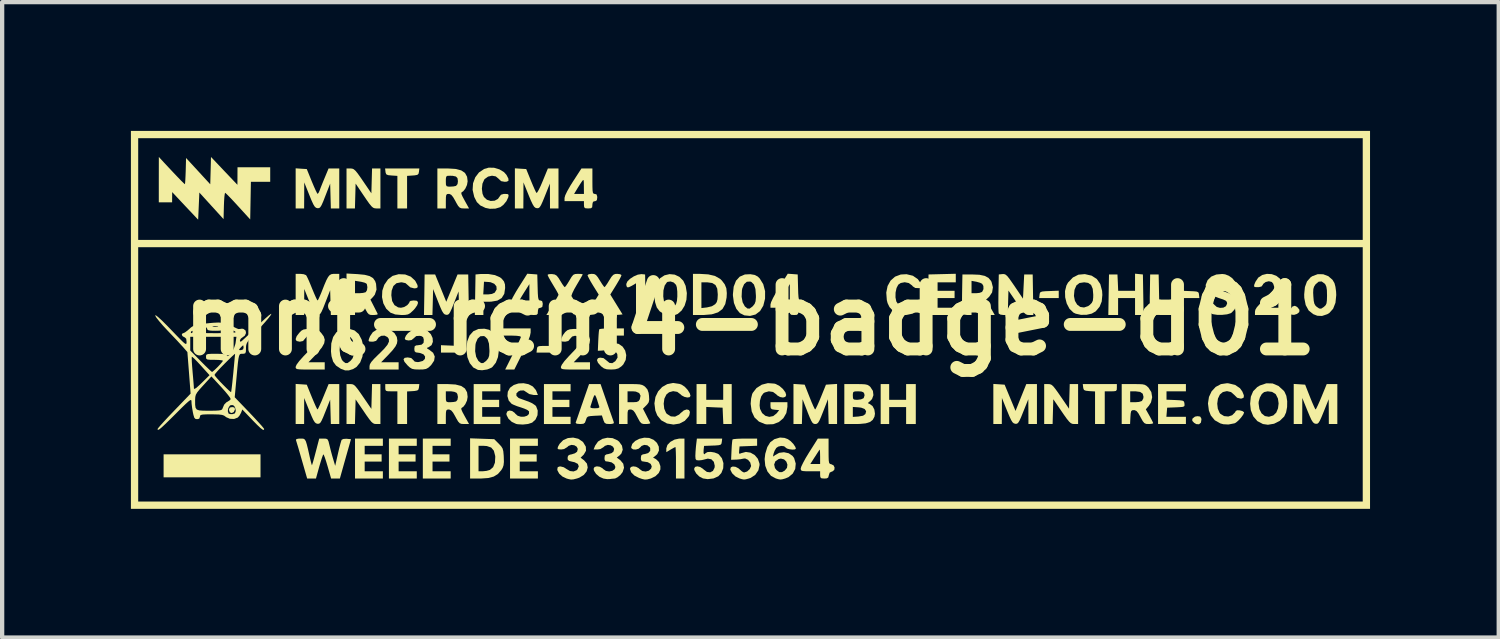
<source format=kicad_pcb>
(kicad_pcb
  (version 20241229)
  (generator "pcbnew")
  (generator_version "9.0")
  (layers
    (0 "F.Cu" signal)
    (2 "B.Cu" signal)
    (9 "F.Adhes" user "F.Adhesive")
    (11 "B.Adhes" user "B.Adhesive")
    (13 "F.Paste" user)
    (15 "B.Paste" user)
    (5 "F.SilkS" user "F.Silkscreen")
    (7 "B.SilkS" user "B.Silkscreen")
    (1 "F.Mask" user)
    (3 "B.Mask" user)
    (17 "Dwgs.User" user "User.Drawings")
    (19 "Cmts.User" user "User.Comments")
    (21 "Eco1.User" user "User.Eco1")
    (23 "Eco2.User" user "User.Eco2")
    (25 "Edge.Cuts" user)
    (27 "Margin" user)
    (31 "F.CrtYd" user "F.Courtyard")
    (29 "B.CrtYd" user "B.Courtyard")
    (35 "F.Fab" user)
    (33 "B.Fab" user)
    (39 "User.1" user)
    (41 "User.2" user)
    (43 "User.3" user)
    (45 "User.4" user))
  (footprint "mnt-rcm4-badge-d01"
    (layer "F.Cu")
    (at 14.422 4.403)
    (property "Reference" "mnt-rcm4-badge-d01" (at 0 0 0) (layer "F.SilkS") (effects (font (size 1.5 1.5) (thickness 0.3))))
    (attr board_only exclude_from_pos_files exclude_from_bom)
    (fp_poly (pts (xy -11.402 3.401) (xy -11.402 3.669) (xy -12.531 3.669) (xy -13.66 3.669) (xy -13.66 3.401) (xy -13.66 3.133) (xy -12.531 3.133) (xy -11.402 3.133)) (stroke (width 0) (type solid)) (fill yes) (layer "F.SilkS"))
    (fp_poly (pts (xy -12.01 2.041) (xy -11.998 2.078) (xy -12 2.095) (xy -12.026 2.148) (xy -12.073 2.171) (xy -12.116 2.155) (xy -12.133 2.113) (xy -12.136 2.084) (xy -12.117 2.043) (xy -12.063 2.032)) (stroke (width 0) (type solid)) (fill yes) (layer "F.SilkS"))
    (fp_poly (pts (xy -6.978 0.599) (xy -6.868 0.604) (xy -6.802 0.611) (xy -6.769 0.626) (xy -6.755 0.654) (xy -6.75 0.684) (xy -6.741 0.762) (xy -6.969 0.762) (xy -7.197 0.762) (xy -7.197 0.676) (xy -7.197 0.59)) (stroke (width 0) (type solid)) (fill yes) (layer "F.SilkS"))
    (fp_poly (pts (xy 7.197 -0.594) (xy 7.197 -0.508) (xy 6.969 -0.508) (xy 6.741 -0.508) (xy 6.75 -0.586) (xy 6.757 -0.625) (xy 6.775 -0.648) (xy 6.816 -0.661) (xy 6.891 -0.668) (xy 6.978 -0.671) (xy 7.197 -0.68)) (stroke (width 0) (type solid)) (fill yes) (layer "F.SilkS"))
    (fp_poly (pts (xy 10.238 -0.671) (xy 10.348 -0.666) (xy 10.413 -0.659) (xy 10.447 -0.644) (xy 10.461 -0.616) (xy 10.465 -0.586) (xy 10.474 -0.508) (xy 10.247 -0.508) (xy 10.019 -0.508) (xy 10.019 -0.594) (xy 10.019 -0.68)) (stroke (width 0) (type solid)) (fill yes) (layer "F.SilkS"))
    (fp_poly (pts (xy 10.492 2.253) (xy 10.517 2.293) (xy 10.522 2.319) (xy 10.51 2.394) (xy 10.465 2.433) (xy 10.399 2.428) (xy 10.353 2.4) (xy 10.309 2.354) (xy 10.309 2.313) (xy 10.318 2.295) (xy 10.372 2.254) (xy 10.431 2.244)) (stroke (width 0) (type solid)) (fill yes) (layer "F.SilkS"))
    (fp_poly (pts (xy -4.634 0.608) (xy -4.57 0.613) (xy -4.538 0.627) (xy -4.525 0.655) (xy -4.521 0.684) (xy -4.512 0.762) (xy -4.741 0.762) (xy -4.971 0.762) (xy -4.962 0.684) (xy -4.955 0.645) (xy -4.938 0.622) (xy -4.898 0.611) (xy -4.822 0.607) (xy -4.741 0.607)) (stroke (width 0) (type solid)) (fill yes) (layer "F.SilkS"))
    (fp_poly (pts (xy 12.745 -0.305) (xy 12.767 -0.285) (xy 12.806 -0.233) (xy 12.802 -0.188) (xy 12.796 -0.176) (xy 12.748 -0.138) (xy 12.681 -0.117) (xy 12.622 -0.121) (xy 12.607 -0.13) (xy 12.586 -0.186) (xy 12.599 -0.254) (xy 12.639 -0.307) (xy 12.647 -0.312) (xy 12.698 -0.328)) (stroke (width 0) (type solid)) (fill yes) (layer "F.SilkS"))
    (fp_poly (pts (xy -2.526 -1.066) (xy -2.441 -1.058) (xy -2.433 -0.586) (xy -2.426 -0.113) (xy -2.539 -0.113) (xy -2.653 -0.113) (xy -2.653 -0.483) (xy -2.653 -0.852) (xy -2.749 -0.795) (xy -2.823 -0.759) (xy -2.863 -0.761) (xy -2.878 -0.806) (xy -2.879 -0.837) (xy -2.854 -0.895) (xy -2.791 -0.957) (xy -2.705 -1.013) (xy -2.613 -1.053) (xy -2.53 -1.066)) (stroke (width 0) (type solid)) (fill yes) (layer "F.SilkS"))
    (fp_poly (pts (xy 9.533 -0.67) (xy 9.541 -0.282) (xy 9.737 -0.282) (xy 9.934 -0.282) (xy 9.934 -0.198) (xy 9.934 -0.113) (xy 9.637 -0.113) (xy 9.491 -0.115) (xy 9.395 -0.122) (xy 9.342 -0.135) (xy 9.326 -0.149) (xy 9.321 -0.189) (xy 9.319 -0.275) (xy 9.318 -0.395) (xy 9.318 -0.54) (xy 9.32 -0.622) (xy 9.327 -1.058) (xy 9.426 -1.058) (xy 9.525 -1.058)) (stroke (width 0) (type solid)) (fill yes) (layer "F.SilkS"))
    (fp_poly (pts (xy -7.71 -3.45) (xy -7.721 -3.403) (xy -7.749 -3.378) (xy -7.812 -3.367) (xy -7.853 -3.364) (xy -7.987 -3.355) (xy -7.987 -2.976) (xy -7.987 -2.596) (xy -8.1 -2.596) (xy -8.213 -2.596) (xy -8.213 -2.976) (xy -8.213 -3.355) (xy -8.347 -3.364) (xy -8.428 -3.372) (xy -8.47 -3.39) (xy -8.486 -3.426) (xy -8.49 -3.45) (xy -8.499 -3.528) (xy -8.1 -3.528) (xy -7.701 -3.528)) (stroke (width 0) (type solid)) (fill yes) (layer "F.SilkS"))
    (fp_poly (pts (xy -7.71 1.573) (xy -7.721 1.621) (xy -7.749 1.645) (xy -7.812 1.657) (xy -7.853 1.66) (xy -7.987 1.668) (xy -7.987 2.048) (xy -7.987 2.427) (xy -8.1 2.427) (xy -8.213 2.427) (xy -8.213 2.046) (xy -8.213 1.665) (xy -8.354 1.665) (xy -8.437 1.663) (xy -8.479 1.652) (xy -8.493 1.622) (xy -8.495 1.58) (xy -8.495 1.496) (xy -8.098 1.496) (xy -7.701 1.496)) (stroke (width 0) (type solid)) (fill yes) (layer "F.SilkS"))
    (fp_poly (pts (xy 8.551 1.58) (xy 8.548 1.631) (xy 8.529 1.656) (xy 8.48 1.664) (xy 8.41 1.665) (xy 8.269 1.665) (xy 8.269 2.046) (xy 8.269 2.427) (xy 8.156 2.427) (xy 8.043 2.427) (xy 8.043 2.048) (xy 8.043 1.668) (xy 7.909 1.66) (xy 7.828 1.651) (xy 7.786 1.634) (xy 7.77 1.597) (xy 7.766 1.573) (xy 7.757 1.496) (xy 8.154 1.496) (xy 8.551 1.496)) (stroke (width 0) (type solid)) (fill yes) (layer "F.SilkS"))
    (fp_poly (pts (xy -1.524 3.231) (xy -1.524 3.697) (xy -1.623 3.697) (xy -1.722 3.697) (xy -1.722 3.33) (xy -1.722 3.194) (xy -1.725 3.08) (xy -1.729 3) (xy -1.733 2.964) (xy -1.734 2.963) (xy -1.764 2.976) (xy -1.823 3.009) (xy -1.847 3.023) (xy -1.947 3.082) (xy -1.947 2.995) (xy -1.921 2.914) (xy -1.853 2.843) (xy -1.757 2.79) (xy -1.646 2.766) (xy -1.63 2.766) (xy -1.524 2.766)) (stroke (width 0) (type solid)) (fill yes) (layer "F.SilkS"))
    (fp_poly (pts (xy -5.108 0.296) (xy -5.124 0.375) (xy -5.17 0.499) (xy -5.246 0.668) (xy -5.298 0.776) (xy -5.488 1.157) (xy -5.595 1.157) (xy -5.701 1.157) (xy -5.518 0.791) (xy -5.452 0.658) (xy -5.397 0.543) (xy -5.357 0.455) (xy -5.336 0.404) (xy -5.334 0.396) (xy -5.36 0.381) (xy -5.432 0.371) (xy -5.54 0.367) (xy -5.546 0.367) (xy -5.757 0.367) (xy -5.757 0.282) (xy -5.757 0.198) (xy -5.433 0.198) (xy -5.108 0.198)) (stroke (width 0) (type solid)) (fill yes) (layer "F.SilkS"))
    (fp_poly (pts (xy -8.551 2.85) (xy -8.551 2.935) (xy -8.763 2.935) (xy -8.975 2.935) (xy -8.975 3.034) (xy -8.975 3.133) (xy -8.777 3.133) (xy -8.58 3.133) (xy -8.58 3.217) (xy -8.58 3.302) (xy -8.777 3.302) (xy -8.975 3.302) (xy -8.975 3.415) (xy -8.975 3.528) (xy -8.763 3.528) (xy -8.551 3.528) (xy -8.551 3.612) (xy -8.551 3.697) (xy -8.876 3.697) (xy -9.2 3.697) (xy -9.2 3.231) (xy -9.2 2.766) (xy -8.876 2.766) (xy -8.551 2.766)) (stroke (width 0) (type solid)) (fill yes) (layer "F.SilkS"))
    (fp_poly (pts (xy -7.761 2.85) (xy -7.761 2.935) (xy -7.973 2.935) (xy -8.184 2.935) (xy -8.184 3.034) (xy -8.184 3.133) (xy -7.987 3.133) (xy -7.789 3.133) (xy -7.789 3.217) (xy -7.789 3.302) (xy -7.987 3.302) (xy -8.184 3.302) (xy -8.184 3.415) (xy -8.184 3.528) (xy -7.973 3.528) (xy -7.761 3.528) (xy -7.761 3.612) (xy -7.761 3.697) (xy -8.086 3.697) (xy -8.41 3.697) (xy -8.41 3.231) (xy -8.41 2.766) (xy -8.086 2.766) (xy -7.761 2.766)) (stroke (width 0) (type solid)) (fill yes) (layer "F.SilkS"))
    (fp_poly (pts (xy -6.971 2.85) (xy -6.971 2.935) (xy -7.183 2.935) (xy -7.394 2.935) (xy -7.394 3.034) (xy -7.394 3.133) (xy -7.197 3.133) (xy -6.999 3.133) (xy -6.999 3.217) (xy -6.999 3.302) (xy -7.197 3.302) (xy -7.394 3.302) (xy -7.394 3.415) (xy -7.394 3.528) (xy -7.183 3.528) (xy -6.971 3.528) (xy -6.971 3.612) (xy -6.971 3.697) (xy -7.295 3.697) (xy -7.62 3.697) (xy -7.62 3.231) (xy -7.62 2.766) (xy -7.295 2.766) (xy -6.971 2.766)) (stroke (width 0) (type solid)) (fill yes) (layer "F.SilkS"))
    (fp_poly (pts (xy -5.814 1.58) (xy -5.814 1.665) (xy -6.025 1.665) (xy -6.237 1.665) (xy -6.237 1.764) (xy -6.237 1.863) (xy -6.04 1.863) (xy -5.842 1.863) (xy -5.842 1.947) (xy -5.842 2.032) (xy -6.04 2.032) (xy -6.237 2.032) (xy -6.237 2.145) (xy -6.237 2.258) (xy -6.025 2.258) (xy -5.814 2.258) (xy -5.814 2.342) (xy -5.814 2.427) (xy -6.124 2.427) (xy -6.435 2.427) (xy -6.435 1.961) (xy -6.435 1.496) (xy -6.124 1.496) (xy -5.814 1.496)) (stroke (width 0) (type solid)) (fill yes) (layer "F.SilkS"))
    (fp_poly (pts (xy -4.939 2.85) (xy -4.939 2.935) (xy -5.151 2.935) (xy -5.362 2.935) (xy -5.362 3.034) (xy -5.362 3.133) (xy -5.165 3.133) (xy -4.967 3.133) (xy -4.967 3.217) (xy -4.967 3.302) (xy -5.165 3.302) (xy -5.362 3.302) (xy -5.362 3.415) (xy -5.362 3.528) (xy -5.151 3.528) (xy -4.939 3.528) (xy -4.939 3.612) (xy -4.939 3.697) (xy -5.263 3.697) (xy -5.588 3.697) (xy -5.588 3.231) (xy -5.588 2.766) (xy -5.263 2.766) (xy -4.939 2.766)) (stroke (width 0) (type solid)) (fill yes) (layer "F.SilkS"))
    (fp_poly (pts (xy -4.177 1.58) (xy -4.177 1.665) (xy -4.389 1.665) (xy -4.6 1.665) (xy -4.6 1.764) (xy -4.6 1.863) (xy -4.403 1.863) (xy -4.205 1.863) (xy -4.205 1.947) (xy -4.205 2.032) (xy -4.403 2.032) (xy -4.6 2.032) (xy -4.6 2.145) (xy -4.6 2.258) (xy -4.389 2.258) (xy -4.177 2.258) (xy -4.177 2.342) (xy -4.177 2.427) (xy -4.487 2.427) (xy -4.798 2.427) (xy -4.798 1.961) (xy -4.798 1.496) (xy -4.487 1.496) (xy -4.177 1.496)) (stroke (width 0) (type solid)) (fill yes) (layer "F.SilkS"))
    (fp_poly (pts (xy -1.016 1.679) (xy -1.016 1.863) (xy -0.818 1.863) (xy -0.621 1.863) (xy -0.621 1.679) (xy -0.621 1.496) (xy -0.522 1.496) (xy -0.423 1.496) (xy -0.423 1.961) (xy -0.423 2.427) (xy -0.521 2.427) (xy -0.618 2.427) (xy -0.627 2.237) (xy -0.635 2.046) (xy -0.826 2.038) (xy -1.016 2.029) (xy -1.016 2.228) (xy -1.016 2.427) (xy -1.129 2.427) (xy -1.242 2.427) (xy -1.242 1.961) (xy -1.242 1.496) (xy -1.129 1.496) (xy -1.016 1.496)) (stroke (width 0) (type solid)) (fill yes) (layer "F.SilkS"))
    (fp_poly (pts (xy 3.246 1.679) (xy 3.246 1.863) (xy 3.443 1.863) (xy 3.641 1.863) (xy 3.641 1.679) (xy 3.641 1.496) (xy 3.754 1.496) (xy 3.866 1.496) (xy 3.866 1.961) (xy 3.866 2.427) (xy 3.754 2.427) (xy 3.641 2.427) (xy 3.641 2.23) (xy 3.641 2.032) (xy 3.443 2.032) (xy 3.246 2.032) (xy 3.246 2.23) (xy 3.246 2.427) (xy 3.147 2.427) (xy 3.048 2.427) (xy 3.048 1.961) (xy 3.048 1.496) (xy 3.147 1.496) (xy 3.246 1.496)) (stroke (width 0) (type solid)) (fill yes) (layer "F.SilkS"))
    (fp_poly (pts (xy 4.798 -0.975) (xy 4.798 -0.875) (xy 4.586 -0.875) (xy 4.374 -0.875) (xy 4.374 -0.776) (xy 4.374 -0.677) (xy 4.572 -0.677) (xy 4.77 -0.677) (xy 4.77 -0.593) (xy 4.77 -0.508) (xy 4.572 -0.508) (xy 4.374 -0.508) (xy 4.374 -0.395) (xy 4.374 -0.282) (xy 4.586 -0.282) (xy 4.798 -0.282) (xy 4.798 -0.198) (xy 4.798 -0.113) (xy 4.473 -0.113) (xy 4.147 -0.113) (xy 4.155 -0.586) (xy 4.163 -1.058) (xy 4.48 -1.066) (xy 4.798 -1.074)) (stroke (width 0) (type solid)) (fill yes) (layer "F.SilkS"))
    (fp_poly (pts (xy 9.066 -1.067) (xy 9.158 -1.058) (xy 9.166 -0.586) (xy 9.174 -0.113) (xy 9.074 -0.113) (xy 8.975 -0.113) (xy 8.975 -0.31) (xy 8.975 -0.508) (xy 8.777 -0.508) (xy 8.58 -0.508) (xy 8.58 -0.31) (xy 8.58 -0.113) (xy 8.466 -0.113) (xy 8.352 -0.113) (xy 8.36 -0.586) (xy 8.368 -1.058) (xy 8.467 -1.058) (xy 8.565 -1.058) (xy 8.574 -0.868) (xy 8.582 -0.677) (xy 8.778 -0.677) (xy 8.975 -0.677) (xy 8.975 -0.877) (xy 8.975 -1.076)) (stroke (width 0) (type solid)) (fill yes) (layer "F.SilkS"))
    (fp_poly (pts (xy -9.265 -3.524) (xy -9.229 -3.509) (xy -9.189 -3.474) (xy -9.138 -3.412) (xy -9.069 -3.315) (xy -9.017 -3.239) (xy -8.819 -2.949) (xy -8.811 -3.239) (xy -8.803 -3.528) (xy -8.706 -3.528) (xy -8.608 -3.528) (xy -8.608 -3.062) (xy -8.608 -2.596) (xy -8.701 -2.596) (xy -8.743 -2.6) (xy -8.779 -2.614) (xy -8.818 -2.648) (xy -8.868 -2.709) (xy -8.936 -2.805) (xy -8.991 -2.886) (xy -9.186 -3.175) (xy -9.194 -2.886) (xy -9.202 -2.596) (xy -9.3 -2.596) (xy -9.398 -2.596) (xy -9.398 -3.062) (xy -9.398 -3.528) (xy -9.306 -3.528)) (stroke (width 0) (type solid)) (fill yes) (layer "F.SilkS"))
    (fp_poly (pts (xy -9.265 1.499) (xy -9.229 1.514) (xy -9.189 1.549) (xy -9.138 1.612) (xy -9.069 1.709) (xy -9.017 1.785) (xy -8.819 2.074) (xy -8.811 1.785) (xy -8.803 1.496) (xy -8.706 1.496) (xy -8.608 1.496) (xy -8.608 1.961) (xy -8.608 2.427) (xy -8.701 2.427) (xy -8.743 2.424) (xy -8.779 2.409) (xy -8.819 2.375) (xy -8.869 2.313) (xy -8.938 2.217) (xy -8.99 2.14) (xy -9.186 1.853) (xy -9.194 2.14) (xy -9.202 2.427) (xy -9.3 2.427) (xy -9.398 2.427) (xy -9.398 1.961) (xy -9.398 1.496) (xy -9.306 1.496)) (stroke (width 0) (type solid)) (fill yes) (layer "F.SilkS"))
    (fp_poly (pts (xy 6.993 1.499) (xy 7.03 1.514) (xy 7.069 1.548) (xy 7.119 1.61) (xy 7.188 1.706) (xy 7.241 1.783) (xy 7.437 2.07) (xy 7.445 1.783) (xy 7.453 1.496) (xy 7.55 1.496) (xy 7.648 1.496) (xy 7.648 1.961) (xy 7.648 2.427) (xy 7.556 2.427) (xy 7.516 2.423) (xy 7.479 2.407) (xy 7.439 2.371) (xy 7.387 2.308) (xy 7.317 2.21) (xy 7.267 2.137) (xy 7.07 1.849) (xy 7.062 2.138) (xy 7.054 2.427) (xy 6.956 2.427) (xy 6.858 2.427) (xy 6.858 1.961) (xy 6.858 1.496) (xy 6.951 1.496)) (stroke (width 0) (type solid)) (fill yes) (layer "F.SilkS"))
    (fp_poly (pts (xy 10.16 1.58) (xy 10.16 1.665) (xy 9.934 1.665) (xy 9.708 1.665) (xy 9.708 1.763) (xy 9.708 1.86) (xy 9.913 1.868) (xy 10.019 1.874) (xy 10.08 1.882) (xy 10.111 1.899) (xy 10.123 1.93) (xy 10.126 1.953) (xy 10.129 1.992) (xy 10.117 2.016) (xy 10.08 2.028) (xy 10.006 2.034) (xy 9.929 2.038) (xy 9.723 2.046) (xy 9.714 2.152) (xy 9.705 2.258) (xy 9.933 2.258) (xy 10.16 2.258) (xy 10.16 2.342) (xy 10.16 2.427) (xy 9.835 2.427) (xy 9.511 2.427) (xy 9.511 1.961) (xy 9.511 1.496) (xy 9.835 1.496) (xy 10.16 1.496)) (stroke (width 0) (type solid)) (fill yes) (layer "F.SilkS"))
    (fp_poly (pts (xy 14.45 0) (xy 14.45 4.403) (xy 0.014 4.403) (xy -14.422 4.403) (xy -14.422 0) (xy -14.422 -1.693) (xy -14.252 -1.693) (xy -14.252 1.27) (xy -14.252 4.233) (xy 0.014 4.233) (xy 14.28 4.233) (xy 14.28 1.27) (xy 14.28 -1.693) (xy 0.014 -1.693) (xy -14.252 -1.693) (xy -14.422 -1.693) (xy -14.422 -4.233) (xy -14.252 -4.233) (xy -14.252 -3.048) (xy -14.252 -1.863) (xy 0.014 -1.863) (xy 14.28 -1.863) (xy 14.28 -3.048) (xy 14.28 -4.233) (xy 0.014 -4.233) (xy -14.252 -4.233) (xy -14.422 -4.233) (xy -14.422 -4.403) (xy 0.014 -4.403) (xy 14.45 -4.403)) (stroke (width 0) (type solid)) (fill yes) (layer "F.SilkS"))
    (fp_poly (pts (xy -7.203 -0.74) (xy -7.074 -0.422) (xy -6.942 -0.74) (xy -6.811 -1.058) (xy -6.686 -1.058) (xy -6.562 -1.058) (xy -6.554 -0.586) (xy -6.546 -0.113) (xy -6.659 -0.113) (xy -6.771 -0.113) (xy -6.779 -0.387) (xy -6.787 -0.662) (xy -6.896 -0.386) (xy -6.946 -0.262) (xy -6.983 -0.183) (xy -7.011 -0.138) (xy -7.039 -0.12) (xy -7.071 -0.118) (xy -7.076 -0.118) (xy -7.11 -0.128) (xy -7.14 -0.155) (xy -7.173 -0.208) (xy -7.213 -0.297) (xy -7.264 -0.423) (xy -7.38 -0.718) (xy -7.388 -0.416) (xy -7.396 -0.113) (xy -7.495 -0.113) (xy -7.593 -0.113) (xy -7.585 -0.586) (xy -7.578 -1.058) (xy -7.455 -1.058) (xy -7.333 -1.058)) (stroke (width 0) (type solid)) (fill yes) (layer "F.SilkS"))
    (fp_poly (pts (xy 5.804 1.501) (xy 5.936 1.51) (xy 6.063 1.816) (xy 6.19 2.122) (xy 6.315 1.809) (xy 6.441 1.496) (xy 6.565 1.496) (xy 6.689 1.496) (xy 6.689 1.961) (xy 6.689 2.427) (xy 6.59 2.427) (xy 6.491 2.427) (xy 6.49 2.138) (xy 6.488 1.849) (xy 6.371 2.139) (xy 6.32 2.266) (xy 6.282 2.349) (xy 6.252 2.397) (xy 6.225 2.419) (xy 6.195 2.422) (xy 6.184 2.421) (xy 6.15 2.411) (xy 6.119 2.384) (xy 6.086 2.331) (xy 6.045 2.242) (xy 5.993 2.117) (xy 5.873 1.82) (xy 5.872 2.124) (xy 5.87 2.427) (xy 5.771 2.427) (xy 5.673 2.427) (xy 5.673 1.96) (xy 5.673 1.493)) (stroke (width 0) (type solid)) (fill yes) (layer "F.SilkS"))
    (fp_poly (pts (xy 5.957 -1.055) (xy 5.995 -1.023) (xy 6.043 -0.964) (xy 6.11 -0.869) (xy 6.168 -0.785) (xy 6.364 -0.494) (xy 6.378 -0.776) (xy 6.392 -1.058) (xy 6.491 -1.058) (xy 6.59 -1.058) (xy 6.598 -0.586) (xy 6.605 -0.113) (xy 6.51 -0.113) (xy 6.468 -0.116) (xy 6.431 -0.13) (xy 6.392 -0.163) (xy 6.342 -0.224) (xy 6.275 -0.318) (xy 6.22 -0.398) (xy 6.025 -0.683) (xy 6.017 -0.398) (xy 6.009 -0.113) (xy 5.911 -0.113) (xy 5.841 -0.122) (xy 5.8 -0.146) (xy 5.798 -0.149) (xy 5.794 -0.189) (xy 5.791 -0.275) (xy 5.79 -0.395) (xy 5.791 -0.54) (xy 5.792 -0.622) (xy 5.8 -1.058) (xy 5.885 -1.067) (xy 5.923 -1.067)) (stroke (width 0) (type solid)) (fill yes) (layer "F.SilkS"))
    (fp_poly (pts (xy -5.94 -1.043) (xy -5.821 -0.991) (xy -5.781 -0.959) (xy -5.729 -0.895) (xy -5.706 -0.826) (xy -5.702 -0.743) (xy -5.722 -0.607) (xy -5.782 -0.51) (xy -5.883 -0.449) (xy -6.028 -0.424) (xy -6.066 -0.423) (xy -6.209 -0.423) (xy -6.209 -0.268) (xy -6.209 -0.113) (xy -6.308 -0.113) (xy -6.408 -0.113) (xy -6.4 -0.586) (xy -6.4 -0.593) (xy -6.212 -0.593) (xy -6.099 -0.593) (xy -6.011 -0.604) (xy -5.947 -0.633) (xy -5.943 -0.637) (xy -5.9 -0.71) (xy -5.906 -0.782) (xy -5.955 -0.841) (xy -6.041 -0.877) (xy -6.082 -0.882) (xy -6.195 -0.889) (xy -6.203 -0.741) (xy -6.212 -0.593) (xy -6.4 -0.593) (xy -6.392 -1.058) (xy -6.279 -1.068) (xy -6.096 -1.069)) (stroke (width 0) (type solid)) (fill yes) (layer "F.SilkS"))
    (fp_poly (pts (xy -0.969 -1.06) (xy -0.811 -1.022) (xy -0.694 -0.956) (xy -0.651 -0.915) (xy -0.584 -0.825) (xy -0.548 -0.735) (xy -0.537 -0.624) (xy -0.542 -0.52) (xy -0.573 -0.368) (xy -0.638 -0.253) (xy -0.742 -0.175) (xy -0.888 -0.129) (xy -1.08 -0.113) (xy -1.093 -0.113) (xy -1.326 -0.113) (xy -1.326 -0.593) (xy -1.326 -0.875) (xy -1.129 -0.875) (xy -1.129 -0.575) (xy -1.129 -0.275) (xy -0.999 -0.29) (xy -0.886 -0.317) (xy -0.808 -0.365) (xy -0.772 -0.413) (xy -0.754 -0.479) (xy -0.748 -0.58) (xy -0.748 -0.596) (xy -0.76 -0.727) (xy -0.801 -0.812) (xy -0.878 -0.859) (xy -0.995 -0.875) (xy -1.005 -0.875) (xy -1.129 -0.875) (xy -1.326 -0.875) (xy -1.326 -1.072) (xy -1.173 -1.072)) (stroke (width 0) (type solid)) (fill yes) (layer "F.SilkS"))
    (fp_poly (pts (xy -6.238 2.77) (xy -5.956 2.78) (xy -5.85 2.886) (xy -5.795 2.945) (xy -5.762 2.997) (xy -5.745 3.061) (xy -5.736 3.156) (xy -5.734 3.196) (xy -5.731 3.31) (xy -5.739 3.387) (xy -5.76 3.448) (xy -5.791 3.5) (xy -5.87 3.591) (xy -5.967 3.651) (xy -6.095 3.685) (xy -6.264 3.697) (xy -6.287 3.697) (xy -6.519 3.697) (xy -6.519 3.229) (xy -6.519 2.935) (xy -6.322 2.935) (xy -6.322 3.231) (xy -6.322 3.528) (xy -6.224 3.528) (xy -6.134 3.518) (xy -6.057 3.496) (xy -5.982 3.432) (xy -5.94 3.328) (xy -5.932 3.192) (xy -5.934 3.169) (xy -5.965 3.049) (xy -6.027 2.975) (xy -6.128 2.94) (xy -6.198 2.935) (xy -6.322 2.935) (xy -6.519 2.935) (xy -6.519 2.76)) (stroke (width 0) (type solid)) (fill yes) (layer "F.SilkS"))
    (fp_poly (pts (xy -10.453 1.501) (xy -10.324 1.51) (xy -10.207 1.799) (xy -10.158 1.915) (xy -10.117 2.009) (xy -10.087 2.07) (xy -10.074 2.088) (xy -10.058 2.064) (xy -10.026 1.997) (xy -9.982 1.9) (xy -9.937 1.792) (xy -9.815 1.496) (xy -9.691 1.496) (xy -9.567 1.496) (xy -9.567 1.961) (xy -9.567 2.427) (xy -9.665 2.427) (xy -9.763 2.427) (xy -9.771 2.143) (xy -9.779 1.859) (xy -9.892 2.144) (xy -9.943 2.27) (xy -9.98 2.351) (xy -10.009 2.398) (xy -10.036 2.418) (xy -10.067 2.422) (xy -10.075 2.421) (xy -10.109 2.411) (xy -10.139 2.384) (xy -10.172 2.331) (xy -10.213 2.242) (xy -10.265 2.117) (xy -10.385 1.82) (xy -10.385 2.124) (xy -10.386 2.427) (xy -10.485 2.427) (xy -10.583 2.427) (xy -10.583 1.96) (xy -10.583 1.493)) (stroke (width 0) (type solid)) (fill yes) (layer "F.SilkS"))
    (fp_poly (pts (xy -5.343 -3.522) (xy -5.211 -3.514) (xy -5.103 -3.247) (xy -5.055 -3.132) (xy -5.013 -3.037) (xy -4.983 -2.975) (xy -4.972 -2.957) (xy -4.953 -2.972) (xy -4.919 -3.03) (xy -4.874 -3.123) (xy -4.828 -3.231) (xy -4.706 -3.528) (xy -4.583 -3.528) (xy -4.459 -3.528) (xy -4.459 -3.062) (xy -4.459 -2.596) (xy -4.558 -2.596) (xy -4.657 -2.596) (xy -4.658 -2.886) (xy -4.66 -3.175) (xy -4.776 -2.884) (xy -4.828 -2.757) (xy -4.866 -2.674) (xy -4.896 -2.626) (xy -4.923 -2.605) (xy -4.953 -2.601) (xy -4.964 -2.602) (xy -4.998 -2.612) (xy -5.028 -2.639) (xy -5.061 -2.693) (xy -5.103 -2.781) (xy -5.155 -2.907) (xy -5.275 -3.203) (xy -5.276 -2.9) (xy -5.278 -2.596) (xy -5.376 -2.596) (xy -5.475 -2.596) (xy -5.475 -3.064) (xy -5.475 -3.531)) (stroke (width 0) (type solid)) (fill yes) (layer "F.SilkS"))
    (fp_poly (pts (xy 12.805 1.501) (xy 12.938 1.51) (xy 13.052 1.799) (xy 13.099 1.915) (xy 13.14 2.009) (xy 13.169 2.07) (xy 13.182 2.088) (xy 13.198 2.064) (xy 13.231 1.997) (xy 13.275 1.899) (xy 13.32 1.792) (xy 13.441 1.496) (xy 13.564 1.496) (xy 13.688 1.496) (xy 13.688 1.961) (xy 13.688 2.427) (xy 13.589 2.427) (xy 13.49 2.427) (xy 13.489 2.138) (xy 13.487 1.849) (xy 13.371 2.139) (xy 13.319 2.266) (xy 13.281 2.349) (xy 13.251 2.397) (xy 13.224 2.419) (xy 13.194 2.422) (xy 13.183 2.421) (xy 13.149 2.411) (xy 13.119 2.384) (xy 13.085 2.331) (xy 13.044 2.242) (xy 12.992 2.117) (xy 12.872 1.82) (xy 12.871 2.124) (xy 12.869 2.427) (xy 12.771 2.427) (xy 12.672 2.427) (xy 12.672 1.96) (xy 12.672 1.493)) (stroke (width 0) (type solid)) (fill yes) (layer "F.SilkS"))
    (fp_poly (pts (xy 2.032 1.96) (xy 2.032 2.427) (xy 1.934 2.427) (xy 1.836 2.427) (xy 1.828 2.138) (xy 1.82 1.849) (xy 1.707 2.138) (xy 1.656 2.266) (xy 1.619 2.349) (xy 1.589 2.398) (xy 1.56 2.421) (xy 1.528 2.427) (xy 1.524 2.427) (xy 1.491 2.422) (xy 1.462 2.401) (xy 1.433 2.356) (xy 1.396 2.276) (xy 1.346 2.153) (xy 1.341 2.138) (xy 1.228 1.849) (xy 1.22 2.138) (xy 1.212 2.427) (xy 1.114 2.427) (xy 1.016 2.427) (xy 1.016 1.96) (xy 1.016 1.493) (xy 1.147 1.501) (xy 1.277 1.51) (xy 1.391 1.799) (xy 1.438 1.916) (xy 1.479 2.01) (xy 1.509 2.071) (xy 1.522 2.088) (xy 1.538 2.064) (xy 1.571 1.997) (xy 1.614 1.9) (xy 1.656 1.799) (xy 1.773 1.51) (xy 1.902 1.501) (xy 2.032 1.493)) (stroke (width 0) (type solid)) (fill yes) (layer "F.SilkS"))
    (fp_poly (pts (xy -10.453 -3.522) (xy -10.324 -3.514) (xy -10.207 -3.225) (xy -10.158 -3.109) (xy -10.116 -3.015) (xy -10.085 -2.954) (xy -10.071 -2.935) (xy -10.05 -2.959) (xy -10.025 -3.013) (xy -10.002 -3.075) (xy -9.964 -3.171) (xy -9.918 -3.283) (xy -9.907 -3.309) (xy -9.816 -3.528) (xy -9.692 -3.528) (xy -9.567 -3.528) (xy -9.567 -3.062) (xy -9.567 -2.596) (xy -9.665 -2.596) (xy -9.763 -2.596) (xy -9.771 -2.886) (xy -9.779 -3.175) (xy -9.892 -2.885) (xy -9.942 -2.757) (xy -9.979 -2.674) (xy -10.008 -2.627) (xy -10.035 -2.605) (xy -10.065 -2.602) (xy -10.075 -2.602) (xy -10.109 -2.612) (xy -10.139 -2.639) (xy -10.172 -2.693) (xy -10.213 -2.782) (xy -10.264 -2.907) (xy -10.383 -3.203) (xy -10.384 -2.9) (xy -10.386 -2.596) (xy -10.485 -2.596) (xy -10.583 -2.596) (xy -10.583 -3.064) (xy -10.583 -3.531)) (stroke (width 0) (type solid)) (fill yes) (layer "F.SilkS"))
    (fp_poly (pts (xy -8.471 0.207) (xy -8.366 0.244) (xy -8.281 0.308) (xy -8.226 0.399) (xy -8.213 0.483) (xy -8.223 0.549) (xy -8.258 0.62) (xy -8.324 0.707) (xy -8.428 0.82) (xy -8.434 0.826) (xy -8.592 0.988) (xy -8.388 0.988) (xy -8.184 0.988) (xy -8.184 1.072) (xy -8.184 1.157) (xy -8.523 1.157) (xy -8.862 1.157) (xy -8.862 1.079) (xy -8.853 1.034) (xy -8.82 0.98) (xy -8.757 0.908) (xy -8.658 0.81) (xy -8.636 0.79) (xy -8.518 0.671) (xy -8.443 0.579) (xy -8.409 0.506) (xy -8.412 0.446) (xy -8.444 0.401) (xy -8.512 0.367) (xy -8.59 0.372) (xy -8.653 0.412) (xy -8.669 0.437) (xy -8.708 0.489) (xy -8.773 0.507) (xy -8.796 0.508) (xy -8.859 0.506) (xy -8.884 0.491) (xy -8.877 0.449) (xy -8.85 0.382) (xy -8.785 0.287) (xy -8.692 0.227) (xy -8.584 0.201)) (stroke (width 0) (type solid)) (fill yes) (layer "F.SilkS"))
    (fp_poly (pts (xy 12.18 1.482) (xy 12.317 1.54) (xy 12.438 1.65) (xy 12.458 1.676) (xy 12.5 1.77) (xy 12.52 1.895) (xy 12.518 2.031) (xy 12.494 2.157) (xy 12.451 2.251) (xy 12.346 2.354) (xy 12.214 2.42) (xy 12.071 2.444) (xy 11.955 2.427) (xy 11.825 2.359) (xy 11.73 2.249) (xy 11.672 2.104) (xy 11.656 1.955) (xy 11.657 1.944) (xy 11.853 1.944) (xy 11.872 2.078) (xy 11.923 2.179) (xy 12 2.241) (xy 12.094 2.258) (xy 12.196 2.227) (xy 12.265 2.161) (xy 12.306 2.062) (xy 12.32 1.947) (xy 12.304 1.833) (xy 12.256 1.737) (xy 12.245 1.725) (xy 12.167 1.678) (xy 12.065 1.665) (xy 11.982 1.683) (xy 11.928 1.728) (xy 11.883 1.809) (xy 11.856 1.904) (xy 11.853 1.944) (xy 11.657 1.944) (xy 11.673 1.79) (xy 11.727 1.663) (xy 11.822 1.566) (xy 11.884 1.529) (xy 12.034 1.478)) (stroke (width 0) (type solid)) (fill yes) (layer "F.SilkS"))
    (fp_poly (pts (xy -1.639 1.492) (xy -1.594 1.508) (xy -1.519 1.557) (xy -1.449 1.632) (xy -1.399 1.713) (xy -1.383 1.771) (xy -1.405 1.802) (xy -1.458 1.809) (xy -1.525 1.794) (xy -1.588 1.761) (xy -1.614 1.736) (xy -1.692 1.677) (xy -1.788 1.661) (xy -1.882 1.687) (xy -1.945 1.739) (xy -1.992 1.835) (xy -2.008 1.953) (xy -1.995 2.07) (xy -1.953 2.167) (xy -1.935 2.189) (xy -1.841 2.249) (xy -1.743 2.255) (xy -1.648 2.207) (xy -1.614 2.173) (xy -1.539 2.11) (xy -1.471 2.087) (xy -1.419 2.101) (xy -1.396 2.146) (xy -1.41 2.219) (xy -1.427 2.252) (xy -1.517 2.353) (xy -1.639 2.417) (xy -1.78 2.439) (xy -1.926 2.415) (xy -1.933 2.413) (xy -2.065 2.34) (xy -2.158 2.226) (xy -2.203 2.111) (xy -2.224 1.946) (xy -2.2 1.796) (xy -2.137 1.666) (xy -2.043 1.564) (xy -1.925 1.497) (xy -1.788 1.47)) (stroke (width 0) (type solid)) (fill yes) (layer "F.SilkS"))
    (fp_poly (pts (xy 0.112 -1.047) (xy 0.183 -1.01) (xy 0.23 -0.964) (xy 0.312 -0.831) (xy 0.355 -0.668) (xy 0.354 -0.494) (xy 0.313 -0.33) (xy 0.238 -0.206) (xy 0.133 -0.125) (xy 0.004 -0.092) (xy -0.127 -0.105) (xy -0.233 -0.158) (xy -0.315 -0.257) (xy -0.371 -0.394) (xy -0.391 -0.539) (xy -0.192 -0.539) (xy -0.169 -0.41) (xy -0.118 -0.316) (xy -0.111 -0.309) (xy -0.055 -0.264) (xy -0.005 -0.263) (xy 0.054 -0.306) (xy 0.072 -0.323) (xy 0.112 -0.374) (xy 0.133 -0.433) (xy 0.141 -0.522) (xy 0.141 -0.562) (xy 0.13 -0.718) (xy 0.095 -0.824) (xy 0.035 -0.883) (xy 0.008 -0.893) (xy -0.071 -0.888) (xy -0.134 -0.832) (xy -0.176 -0.734) (xy -0.185 -0.688) (xy -0.192 -0.539) (xy -0.391 -0.539) (xy -0.394 -0.561) (xy -0.395 -0.595) (xy -0.377 -0.774) (xy -0.323 -0.912) (xy -0.236 -1.007) (xy -0.116 -1.058) (xy 0.012 -1.064)) (stroke (width 0) (type solid)) (fill yes) (layer "F.SilkS"))
    (fp_poly (pts (xy 3.799 -1.028) (xy 3.914 -0.948) (xy 3.987 -0.845) (xy 4.036 -0.748) (xy 3.936 -0.739) (xy 3.855 -0.743) (xy 3.798 -0.779) (xy 3.778 -0.803) (xy 3.703 -0.858) (xy 3.608 -0.877) (xy 3.515 -0.859) (xy 3.458 -0.82) (xy 3.418 -0.743) (xy 3.395 -0.637) (xy 3.393 -0.523) (xy 3.413 -0.427) (xy 3.476 -0.338) (xy 3.563 -0.293) (xy 3.661 -0.293) (xy 3.756 -0.342) (xy 3.782 -0.367) (xy 3.85 -0.422) (xy 3.919 -0.45) (xy 3.976 -0.449) (xy 4.005 -0.417) (xy 4.007 -0.402) (xy 3.978 -0.295) (xy 3.904 -0.207) (xy 3.792 -0.145) (xy 3.651 -0.115) (xy 3.605 -0.113) (xy 3.506 -0.117) (xy 3.438 -0.135) (xy 3.375 -0.176) (xy 3.332 -0.213) (xy 3.253 -0.298) (xy 3.209 -0.39) (xy 3.191 -0.46) (xy 3.178 -0.635) (xy 3.209 -0.789) (xy 3.279 -0.915) (xy 3.383 -1.007) (xy 3.516 -1.057) (xy 3.65 -1.064)) (stroke (width 0) (type solid)) (fill yes) (layer "F.SilkS"))
    (fp_poly (pts (xy 12.161 -1.065) (xy 12.265 -1.027) (xy 12.35 -0.961) (xy 12.405 -0.867) (xy 12.418 -0.782) (xy 12.413 -0.725) (xy 12.396 -0.674) (xy 12.357 -0.616) (xy 12.289 -0.539) (xy 12.23 -0.477) (xy 12.042 -0.282) (xy 12.244 -0.282) (xy 12.446 -0.282) (xy 12.446 -0.198) (xy 12.446 -0.113) (xy 12.107 -0.113) (xy 11.769 -0.113) (xy 11.769 -0.19) (xy 11.778 -0.236) (xy 11.811 -0.291) (xy 11.875 -0.363) (xy 11.974 -0.461) (xy 11.997 -0.482) (xy 12.099 -0.58) (xy 12.165 -0.65) (xy 12.201 -0.701) (xy 12.216 -0.743) (xy 12.216 -0.775) (xy 12.194 -0.844) (xy 12.161 -0.883) (xy 12.092 -0.9) (xy 12.018 -0.882) (xy 11.962 -0.839) (xy 11.952 -0.818) (xy 11.921 -0.777) (xy 11.855 -0.762) (xy 11.837 -0.762) (xy 11.773 -0.764) (xy 11.747 -0.779) (xy 11.753 -0.821) (xy 11.781 -0.888) (xy 11.846 -0.985) (xy 11.94 -1.046) (xy 12.048 -1.072)) (stroke (width 0) (type solid)) (fill yes) (layer "F.SilkS"))
    (fp_poly (pts (xy -1.751 -1.054) (xy -1.641 -1.002) (xy -1.551 -0.911) (xy -1.496 -0.792) (xy -1.468 -0.624) (xy -1.478 -0.468) (xy -1.52 -0.331) (xy -1.589 -0.219) (xy -1.681 -0.138) (xy -1.789 -0.096) (xy -1.909 -0.098) (xy -2.002 -0.133) (xy -2.103 -0.201) (xy -2.169 -0.289) (xy -2.207 -0.408) (xy -2.223 -0.531) (xy -2.223 -0.547) (xy -2.018 -0.547) (xy -1.997 -0.399) (xy -1.986 -0.358) (xy -1.944 -0.298) (xy -1.879 -0.276) (xy -1.805 -0.29) (xy -1.739 -0.341) (xy -1.719 -0.371) (xy -1.699 -0.443) (xy -1.69 -0.547) (xy -1.691 -0.66) (xy -1.702 -0.76) (xy -1.72 -0.815) (xy -1.774 -0.87) (xy -1.848 -0.895) (xy -1.918 -0.885) (xy -1.933 -0.875) (xy -1.985 -0.799) (xy -2.014 -0.685) (xy -2.018 -0.547) (xy -2.223 -0.547) (xy -2.227 -0.651) (xy -2.219 -0.738) (xy -2.193 -0.818) (xy -2.175 -0.856) (xy -2.095 -0.968) (xy -1.989 -1.038) (xy -1.871 -1.066)) (stroke (width 0) (type solid)) (fill yes) (layer "F.SilkS"))
    (fp_poly (pts (xy -6.078 0.23) (xy -5.999 0.285) (xy -5.978 0.307) (xy -5.903 0.426) (xy -5.86 0.568) (xy -5.849 0.72) (xy -5.869 0.868) (xy -5.919 0.998) (xy -5.998 1.097) (xy -6.023 1.116) (xy -6.12 1.156) (xy -6.238 1.174) (xy -6.336 1.166) (xy -6.444 1.11) (xy -6.527 1.008) (xy -6.582 0.869) (xy -6.6 0.731) (xy -6.401 0.731) (xy -6.378 0.86) (xy -6.327 0.954) (xy -6.32 0.961) (xy -6.263 1.006) (xy -6.214 1.007) (xy -6.155 0.964) (xy -6.137 0.947) (xy -6.096 0.896) (xy -6.075 0.837) (xy -6.068 0.748) (xy -6.068 0.708) (xy -6.079 0.552) (xy -6.114 0.446) (xy -6.174 0.387) (xy -6.201 0.377) (xy -6.28 0.382) (xy -6.343 0.438) (xy -6.385 0.536) (xy -6.394 0.582) (xy -6.401 0.731) (xy -6.6 0.731) (xy -6.604 0.699) (xy -6.604 0.677) (xy -6.585 0.5) (xy -6.53 0.362) (xy -6.442 0.264) (xy -6.324 0.212) (xy -6.184 0.206)) (stroke (width 0) (type solid)) (fill yes) (layer "F.SilkS"))
    (fp_poly (pts (xy 7.806 -1.066) (xy 7.963 -1.03) (xy 8.083 -0.953) (xy 8.165 -0.835) (xy 8.207 -0.677) (xy 8.213 -0.58) (xy 8.198 -0.427) (xy 8.149 -0.306) (xy 8.059 -0.199) (xy 8.059 -0.199) (xy 7.967 -0.146) (xy 7.845 -0.118) (xy 7.713 -0.117) (xy 7.592 -0.144) (xy 7.54 -0.169) (xy 7.448 -0.257) (xy 7.383 -0.381) (xy 7.347 -0.524) (xy 7.346 -0.557) (xy 7.551 -0.557) (xy 7.574 -0.443) (xy 7.626 -0.355) (xy 7.699 -0.301) (xy 7.786 -0.288) (xy 7.881 -0.32) (xy 7.922 -0.35) (xy 7.967 -0.396) (xy 7.991 -0.446) (xy 8 -0.52) (xy 8.001 -0.587) (xy 7.989 -0.723) (xy 7.951 -0.813) (xy 7.882 -0.862) (xy 7.79 -0.875) (xy 7.681 -0.859) (xy 7.61 -0.805) (xy 7.567 -0.707) (xy 7.563 -0.691) (xy 7.551 -0.557) (xy 7.346 -0.557) (xy 7.343 -0.67) (xy 7.376 -0.802) (xy 7.413 -0.869) (xy 7.527 -0.988) (xy 7.656 -1.053) (xy 7.803 -1.066)) (stroke (width 0) (type solid)) (fill yes) (layer "F.SilkS"))
    (fp_poly (pts (xy -10.145 0.214) (xy -10.082 0.227) (xy -10.034 0.257) (xy -9.988 0.304) (xy -9.929 0.385) (xy -9.905 0.463) (xy -9.918 0.546) (xy -9.971 0.642) (xy -10.067 0.759) (xy -10.142 0.84) (xy -10.285 0.988) (xy -10.096 0.988) (xy -9.906 0.988) (xy -9.906 1.072) (xy -9.906 1.157) (xy -10.245 1.157) (xy -10.387 1.157) (xy -10.483 1.154) (xy -10.541 1.148) (xy -10.571 1.136) (xy -10.582 1.118) (xy -10.583 1.095) (xy -10.562 1.044) (xy -10.5 0.96) (xy -10.401 0.849) (xy -10.343 0.789) (xy -10.251 0.691) (xy -10.174 0.604) (xy -10.123 0.539) (xy -10.104 0.503) (xy -10.104 0.503) (xy -10.126 0.431) (xy -10.182 0.385) (xy -10.254 0.37) (xy -10.323 0.389) (xy -10.371 0.445) (xy -10.411 0.493) (xy -10.483 0.508) (xy -10.491 0.508) (xy -10.561 0.493) (xy -10.584 0.45) (xy -10.559 0.38) (xy -10.501 0.304) (xy -10.45 0.252) (xy -10.401 0.225) (xy -10.335 0.214) (xy -10.245 0.212)) (stroke (width 0) (type solid)) (fill yes) (layer "F.SilkS"))
    (fp_poly (pts (xy -9.349 0.205) (xy -9.214 0.245) (xy -9.113 0.331) (xy -9.045 0.461) (xy -9.028 0.523) (xy -9.009 0.696) (xy -9.027 0.856) (xy -9.08 0.993) (xy -9.164 1.096) (xy -9.242 1.145) (xy -9.345 1.178) (xy -9.429 1.178) (xy -9.522 1.144) (xy -9.537 1.136) (xy -9.642 1.065) (xy -9.71 0.973) (xy -9.748 0.848) (xy -9.76 0.737) (xy -9.759 0.702) (xy -9.559 0.702) (xy -9.545 0.824) (xy -9.509 0.924) (xy -9.481 0.962) (xy -9.424 1.006) (xy -9.375 1.007) (xy -9.315 0.963) (xy -9.298 0.947) (xy -9.257 0.896) (xy -9.236 0.836) (xy -9.229 0.747) (xy -9.229 0.709) (xy -9.233 0.604) (xy -9.245 0.512) (xy -9.256 0.468) (xy -9.303 0.407) (xy -9.373 0.375) (xy -9.445 0.381) (xy -9.469 0.395) (xy -9.52 0.47) (xy -9.55 0.578) (xy -9.559 0.702) (xy -9.759 0.702) (xy -9.753 0.549) (xy -9.71 0.399) (xy -9.634 0.289) (xy -9.526 0.223) (xy -9.391 0.202)) (stroke (width 0) (type solid)) (fill yes) (layer "F.SilkS"))
    (fp_poly (pts (xy -5.069 -1.067) (xy -4.953 -1.058) (xy -4.945 -0.755) (xy -4.941 -0.621) (xy -4.935 -0.533) (xy -4.925 -0.482) (xy -4.911 -0.458) (xy -4.888 -0.452) (xy -4.881 -0.452) (xy -4.841 -0.438) (xy -4.827 -0.387) (xy -4.826 -0.367) (xy -4.835 -0.305) (xy -4.868 -0.283) (xy -4.882 -0.282) (xy -4.924 -0.269) (xy -4.938 -0.219) (xy -4.939 -0.198) (xy -4.944 -0.141) (xy -4.972 -0.117) (xy -5.038 -0.113) (xy -5.104 -0.118) (xy -5.131 -0.142) (xy -5.136 -0.198) (xy -5.136 -0.282) (xy -5.362 -0.282) (xy -5.588 -0.282) (xy -5.588 -0.361) (xy -5.571 -0.424) (xy -5.552 -0.465) (xy -5.362 -0.465) (xy -5.337 -0.456) (xy -5.275 -0.452) (xy -5.249 -0.452) (xy -5.136 -0.452) (xy -5.137 -0.642) (xy -5.137 -0.833) (xy -5.25 -0.655) (xy -5.304 -0.568) (xy -5.344 -0.501) (xy -5.362 -0.466) (xy -5.362 -0.465) (xy -5.552 -0.465) (xy -5.524 -0.525) (xy -5.448 -0.659) (xy -5.387 -0.758) (xy -5.186 -1.075)) (stroke (width 0) (type solid)) (fill yes) (layer "F.SilkS"))
    (fp_poly (pts (xy 0.999 -1.067) (xy 1.115 -1.058) (xy 1.123 -0.755) (xy 1.127 -0.621) (xy 1.133 -0.533) (xy 1.142 -0.482) (xy 1.157 -0.458) (xy 1.18 -0.452) (xy 1.186 -0.452) (xy 1.227 -0.438) (xy 1.241 -0.387) (xy 1.242 -0.367) (xy 1.233 -0.305) (xy 1.2 -0.283) (xy 1.185 -0.282) (xy 1.144 -0.269) (xy 1.129 -0.219) (xy 1.129 -0.198) (xy 1.123 -0.141) (xy 1.095 -0.117) (xy 1.03 -0.113) (xy 0.964 -0.118) (xy 0.937 -0.142) (xy 0.931 -0.198) (xy 0.931 -0.282) (xy 0.706 -0.282) (xy 0.48 -0.282) (xy 0.48 -0.358) (xy 0.495 -0.414) (xy 0.519 -0.465) (xy 0.706 -0.465) (xy 0.731 -0.456) (xy 0.793 -0.452) (xy 0.818 -0.452) (xy 0.931 -0.452) (xy 0.931 -0.642) (xy 0.931 -0.833) (xy 0.818 -0.655) (xy 0.764 -0.568) (xy 0.724 -0.501) (xy 0.706 -0.466) (xy 0.706 -0.465) (xy 0.519 -0.465) (xy 0.539 -0.508) (xy 0.606 -0.63) (xy 0.681 -0.754) (xy 0.883 -1.075)) (stroke (width 0) (type solid)) (fill yes) (layer "F.SilkS"))
    (fp_poly (pts (xy 11.154 1.479) (xy 11.308 1.516) (xy 11.42 1.593) (xy 11.474 1.668) (xy 11.51 1.757) (xy 11.507 1.81) (xy 11.462 1.833) (xy 11.432 1.834) (xy 11.354 1.815) (xy 11.289 1.75) (xy 11.289 1.75) (xy 11.211 1.682) (xy 11.116 1.66) (xy 11.021 1.682) (xy 10.952 1.739) (xy 10.906 1.835) (xy 10.89 1.953) (xy 10.903 2.07) (xy 10.945 2.167) (xy 10.963 2.189) (xy 11.05 2.242) (xy 11.148 2.252) (xy 11.238 2.222) (xy 11.306 2.154) (xy 11.321 2.124) (xy 11.353 2.106) (xy 11.412 2.108) (xy 11.473 2.124) (xy 11.511 2.15) (xy 11.515 2.161) (xy 11.495 2.209) (xy 11.447 2.275) (xy 11.386 2.342) (xy 11.326 2.393) (xy 11.294 2.41) (xy 11.152 2.438) (xy 11.033 2.432) (xy 10.964 2.413) (xy 10.832 2.339) (xy 10.74 2.226) (xy 10.695 2.111) (xy 10.674 1.947) (xy 10.697 1.796) (xy 10.759 1.665) (xy 10.854 1.562) (xy 10.976 1.497) (xy 11.119 1.476)) (stroke (width 0) (type solid)) (fill yes) (layer "F.SilkS"))
    (fp_poly (pts (xy -5.963 -3.545) (xy -5.836 -3.507) (xy -5.728 -3.442) (xy -5.67 -3.376) (xy -5.627 -3.293) (xy -5.623 -3.243) (xy -5.661 -3.221) (xy -5.712 -3.217) (xy -5.795 -3.232) (xy -5.852 -3.285) (xy -5.855 -3.289) (xy -5.92 -3.343) (xy -6.008 -3.359) (xy -6.1 -3.338) (xy -6.178 -3.282) (xy -6.189 -3.268) (xy -6.231 -3.173) (xy -6.244 -3.055) (xy -6.229 -2.938) (xy -6.197 -2.864) (xy -6.127 -2.799) (xy -6.038 -2.77) (xy -5.946 -2.777) (xy -5.87 -2.818) (xy -5.837 -2.865) (xy -5.799 -2.916) (xy -5.736 -2.934) (xy -5.707 -2.935) (xy -5.643 -2.931) (xy -5.621 -2.911) (xy -5.628 -2.861) (xy -5.629 -2.857) (xy -5.672 -2.766) (xy -5.744 -2.679) (xy -5.814 -2.626) (xy -5.928 -2.592) (xy -6.059 -2.588) (xy -6.161 -2.609) (xy -6.28 -2.666) (xy -6.361 -2.744) (xy -6.421 -2.862) (xy -6.423 -2.868) (xy -6.46 -3.028) (xy -6.45 -3.183) (xy -6.398 -3.322) (xy -6.311 -3.436) (xy -6.191 -3.516) (xy -6.088 -3.546)) (stroke (width 0) (type solid)) (fill yes) (layer "F.SilkS"))
    (fp_poly (pts (xy -3.669 -3.231) (xy -3.668 -3.099) (xy -3.665 -3.014) (xy -3.657 -2.964) (xy -3.642 -2.941) (xy -3.62 -2.935) (xy -3.612 -2.935) (xy -3.571 -2.922) (xy -3.557 -2.872) (xy -3.556 -2.85) (xy -3.565 -2.788) (xy -3.598 -2.767) (xy -3.612 -2.766) (xy -3.654 -2.752) (xy -3.668 -2.703) (xy -3.669 -2.681) (xy -3.674 -2.624) (xy -3.702 -2.601) (xy -3.768 -2.596) (xy -3.834 -2.601) (xy -3.861 -2.625) (xy -3.866 -2.681) (xy -3.866 -2.766) (xy -4.092 -2.766) (xy -4.318 -2.766) (xy -4.318 -2.843) (xy -4.301 -2.904) (xy -4.286 -2.935) (xy -4.095 -2.935) (xy -3.981 -2.935) (xy -3.866 -2.935) (xy -3.868 -3.111) (xy -3.869 -3.206) (xy -3.874 -3.253) (xy -3.886 -3.259) (xy -3.909 -3.232) (xy -3.917 -3.22) (xy -3.963 -3.151) (xy -4.017 -3.065) (xy -4.03 -3.043) (xy -4.095 -2.935) (xy -4.286 -2.935) (xy -4.254 -3.001) (xy -4.181 -3.129) (xy -4.121 -3.224) (xy -3.924 -3.528) (xy -3.796 -3.528) (xy -3.669 -3.528)) (stroke (width 0) (type solid)) (fill yes) (layer "F.SilkS"))
    (fp_poly (pts (xy -10.396 -1.064) (xy -10.343 -1.043) (xy -10.337 -1.037) (xy -10.315 -0.997) (xy -10.278 -0.918) (xy -10.233 -0.811) (xy -10.199 -0.727) (xy -10.152 -0.614) (xy -10.112 -0.523) (xy -10.084 -0.466) (xy -10.073 -0.452) (xy -10.055 -0.476) (xy -10.025 -0.541) (xy -9.986 -0.632) (xy -9.977 -0.656) (xy -9.915 -0.813) (xy -9.867 -0.925) (xy -9.827 -0.999) (xy -9.79 -1.043) (xy -9.75 -1.065) (xy -9.702 -1.072) (xy -9.68 -1.072) (xy -9.567 -1.072) (xy -9.567 -0.593) (xy -9.567 -0.113) (xy -9.665 -0.113) (xy -9.763 -0.113) (xy -9.771 -0.402) (xy -9.779 -0.691) (xy -9.892 -0.401) (xy -9.942 -0.274) (xy -9.979 -0.191) (xy -10.008 -0.143) (xy -10.035 -0.122) (xy -10.065 -0.118) (xy -10.074 -0.119) (xy -10.107 -0.129) (xy -10.138 -0.158) (xy -10.172 -0.214) (xy -10.214 -0.305) (xy -10.263 -0.423) (xy -10.383 -0.72) (xy -10.384 -0.416) (xy -10.386 -0.113) (xy -10.485 -0.113) (xy -10.583 -0.113) (xy -10.583 -0.593) (xy -10.583 -1.072) (xy -10.474 -1.072)) (stroke (width 0) (type solid)) (fill yes) (layer "F.SilkS"))
    (fp_poly (pts (xy 1.834 3.06) (xy 1.835 3.192) (xy 1.838 3.277) (xy 1.846 3.327) (xy 1.861 3.352) (xy 1.886 3.362) (xy 1.898 3.364) (xy 1.951 3.391) (xy 1.974 3.442) (xy 1.967 3.495) (xy 1.927 3.53) (xy 1.914 3.533) (xy 1.86 3.559) (xy 1.84 3.619) (xy 1.826 3.673) (xy 1.789 3.694) (xy 1.734 3.697) (xy 1.668 3.692) (xy 1.642 3.667) (xy 1.637 3.612) (xy 1.637 3.528) (xy 1.411 3.528) (xy 1.299 3.527) (xy 1.232 3.522) (xy 1.198 3.51) (xy 1.187 3.487) (xy 1.185 3.462) (xy 1.2 3.414) (xy 1.227 3.358) (xy 1.409 3.358) (xy 1.523 3.358) (xy 1.637 3.358) (xy 1.637 3.184) (xy 1.635 3.096) (xy 1.631 3.038) (xy 1.626 3.022) (xy 1.607 3.05) (xy 1.566 3.113) (xy 1.513 3.196) (xy 1.512 3.196) (xy 1.409 3.358) (xy 1.227 3.358) (xy 1.24 3.331) (xy 1.299 3.222) (xy 1.373 3.1) (xy 1.385 3.081) (xy 1.584 2.766) (xy 1.709 2.766) (xy 1.834 2.766)) (stroke (width 0) (type solid)) (fill yes) (layer "F.SilkS"))
    (fp_poly (pts (xy -8.032 -1.058) (xy -7.903 -1.008) (xy -7.805 -0.92) (xy -7.79 -0.898) (xy -7.745 -0.812) (xy -7.739 -0.761) (xy -7.773 -0.738) (xy -7.821 -0.734) (xy -7.913 -0.758) (xy -7.964 -0.804) (xy -8.024 -0.856) (xy -8.106 -0.874) (xy -8.128 -0.875) (xy -8.234 -0.854) (xy -8.306 -0.789) (xy -8.346 -0.681) (xy -8.354 -0.573) (xy -8.335 -0.439) (xy -8.281 -0.344) (xy -8.196 -0.291) (xy -8.129 -0.282) (xy -8.055 -0.299) (xy -7.984 -0.342) (xy -7.938 -0.395) (xy -7.93 -0.423) (xy -7.906 -0.442) (xy -7.845 -0.451) (xy -7.832 -0.452) (xy -7.764 -0.446) (xy -7.737 -0.421) (xy -7.733 -0.392) (xy -7.752 -0.339) (xy -7.801 -0.268) (xy -7.842 -0.222) (xy -7.91 -0.16) (xy -7.966 -0.127) (xy -8.035 -0.115) (xy -8.118 -0.113) (xy -8.263 -0.126) (xy -8.37 -0.166) (xy -8.374 -0.168) (xy -8.473 -0.26) (xy -8.54 -0.385) (xy -8.571 -0.53) (xy -8.564 -0.68) (xy -8.518 -0.817) (xy -8.43 -0.945) (xy -8.324 -1.025) (xy -8.188 -1.063) (xy -8.18 -1.064)) (stroke (width 0) (type solid)) (fill yes) (layer "F.SilkS"))
    (fp_poly (pts (xy -3.962 0.214) (xy -3.899 0.228) (xy -3.851 0.259) (xy -3.808 0.304) (xy -3.748 0.385) (xy -3.724 0.463) (xy -3.738 0.546) (xy -3.791 0.642) (xy -3.886 0.759) (xy -3.961 0.84) (xy -4.104 0.988) (xy -3.915 0.988) (xy -3.725 0.988) (xy -3.725 1.072) (xy -3.725 1.157) (xy -4.064 1.157) (xy -4.207 1.157) (xy -4.302 1.154) (xy -4.36 1.148) (xy -4.39 1.136) (xy -4.401 1.118) (xy -4.403 1.095) (xy -4.381 1.044) (xy -4.32 0.96) (xy -4.22 0.849) (xy -4.163 0.789) (xy -4.07 0.691) (xy -3.994 0.604) (xy -3.942 0.539) (xy -3.923 0.503) (xy -3.923 0.503) (xy -3.946 0.431) (xy -4.002 0.385) (xy -4.073 0.37) (xy -4.142 0.389) (xy -4.191 0.445) (xy -4.229 0.492) (xy -4.298 0.508) (xy -4.314 0.508) (xy -4.377 0.504) (xy -4.398 0.483) (xy -4.39 0.431) (xy -4.39 0.43) (xy -4.356 0.355) (xy -4.302 0.283) (xy -4.302 0.282) (xy -4.252 0.241) (xy -4.194 0.22) (xy -4.108 0.212) (xy -4.061 0.212)) (stroke (width 0) (type solid)) (fill yes) (layer "F.SilkS"))
    (fp_poly (pts (xy 0.57 1.485) (xy 0.603 1.494) (xy 0.691 1.541) (xy 0.771 1.611) (xy 0.828 1.689) (xy 0.847 1.752) (xy 0.825 1.795) (xy 0.772 1.81) (xy 0.705 1.798) (xy 0.64 1.761) (xy 0.616 1.736) (xy 0.54 1.68) (xy 0.443 1.665) (xy 0.346 1.692) (xy 0.312 1.715) (xy 0.265 1.782) (xy 0.235 1.883) (xy 0.227 1.996) (xy 0.237 2.073) (xy 0.285 2.171) (xy 0.361 2.235) (xy 0.452 2.26) (xy 0.544 2.242) (xy 0.622 2.18) (xy 0.683 2.103) (xy 0.581 2.094) (xy 0.513 2.083) (xy 0.485 2.056) (xy 0.48 2.002) (xy 0.48 1.919) (xy 0.677 1.919) (xy 0.875 1.919) (xy 0.875 2.025) (xy 0.85 2.171) (xy 0.78 2.292) (xy 0.675 2.381) (xy 0.543 2.431) (xy 0.394 2.436) (xy 0.352 2.428) (xy 0.211 2.37) (xy 0.107 2.272) (xy 0.043 2.134) (xy 0.019 1.96) (xy 0.019 1.947) (xy 0.029 1.833) (xy 0.053 1.732) (xy 0.066 1.703) (xy 0.155 1.588) (xy 0.278 1.51) (xy 0.42 1.474)) (stroke (width 0) (type solid)) (fill yes) (layer "F.SilkS"))
    (fp_poly (pts (xy 13.358 -1.063) (xy 13.478 -1.018) (xy 13.575 -0.934) (xy 13.621 -0.857) (xy 13.644 -0.772) (xy 13.659 -0.66) (xy 13.663 -0.578) (xy 13.645 -0.399) (xy 13.59 -0.259) (xy 13.501 -0.16) (xy 13.452 -0.131) (xy 13.331 -0.091) (xy 13.221 -0.096) (xy 13.125 -0.134) (xy 13.02 -0.219) (xy 12.951 -0.345) (xy 12.918 -0.512) (xy 12.916 -0.592) (xy 12.92 -0.635) (xy 13.125 -0.635) (xy 13.129 -0.554) (xy 13.138 -0.444) (xy 13.154 -0.374) (xy 13.182 -0.328) (xy 13.205 -0.307) (xy 13.265 -0.265) (xy 13.311 -0.261) (xy 13.366 -0.296) (xy 13.381 -0.308) (xy 13.416 -0.342) (xy 13.436 -0.385) (xy 13.445 -0.452) (xy 13.448 -0.558) (xy 13.448 -0.573) (xy 13.445 -0.693) (xy 13.433 -0.771) (xy 13.41 -0.824) (xy 13.394 -0.844) (xy 13.323 -0.895) (xy 13.253 -0.89) (xy 13.182 -0.829) (xy 13.179 -0.826) (xy 13.146 -0.774) (xy 13.129 -0.717) (xy 13.125 -0.635) (xy 12.92 -0.635) (xy 12.933 -0.764) (xy 12.981 -0.895) (xy 13.064 -0.99) (xy 13.104 -1.017) (xy 13.229 -1.064)) (stroke (width 0) (type solid)) (fill yes) (layer "F.SilkS"))
    (fp_poly (pts (xy -12.248 -3.471) (xy -11.94 -3.147) (xy -11.939 -3.351) (xy -11.938 -3.556) (xy -11.557 -3.556) (xy -11.176 -3.556) (xy -11.176 -3.387) (xy -11.176 -3.217) (xy -11.401 -3.217) (xy -11.626 -3.217) (xy -11.634 -2.779) (xy -11.642 -2.34) (xy -11.924 -2.649) (xy -12.024 -2.758) (xy -12.112 -2.851) (xy -12.179 -2.919) (xy -12.219 -2.956) (xy -12.226 -2.961) (xy -12.235 -2.936) (xy -12.244 -2.865) (xy -12.251 -2.761) (xy -12.255 -2.655) (xy -12.263 -2.347) (xy -12.545 -2.657) (xy -12.827 -2.967) (xy -12.841 -2.65) (xy -12.855 -2.334) (xy -13.158 -2.655) (xy -13.46 -2.977) (xy -13.461 -2.857) (xy -13.462 -2.738) (xy -13.617 -2.738) (xy -13.772 -2.738) (xy -13.772 -3.267) (xy -13.771 -3.796) (xy -13.654 -3.669) (xy -13.542 -3.549) (xy -13.434 -3.434) (xy -13.335 -3.33) (xy -13.253 -3.245) (xy -13.194 -3.187) (xy -13.165 -3.161) (xy -13.164 -3.161) (xy -13.159 -3.187) (xy -13.154 -3.258) (xy -13.149 -3.363) (xy -13.145 -3.467) (xy -13.137 -3.772) (xy -12.855 -3.466) (xy -12.573 -3.159) (xy -12.564 -3.477) (xy -12.556 -3.796)) (stroke (width 0) (type solid)) (fill yes) (layer "F.SilkS"))
    (fp_poly (pts (xy -9.141 -1.066) (xy -8.977 -1.05) (xy -8.86 -1.02) (xy -8.78 -0.973) (xy -8.731 -0.903) (xy -8.71 -0.841) (xy -8.699 -0.704) (xy -8.739 -0.586) (xy -8.782 -0.532) (xy -8.841 -0.472) (xy -8.76 -0.314) (xy -8.717 -0.228) (xy -8.683 -0.162) (xy -8.67 -0.134) (xy -8.688 -0.121) (xy -8.746 -0.114) (xy -8.774 -0.113) (xy -8.837 -0.115) (xy -8.879 -0.131) (xy -8.914 -0.17) (xy -8.955 -0.244) (xy -8.975 -0.282) (xy -9.026 -0.376) (xy -9.067 -0.428) (xy -9.107 -0.449) (xy -9.13 -0.452) (xy -9.169 -0.448) (xy -9.19 -0.428) (xy -9.199 -0.379) (xy -9.2 -0.287) (xy -9.2 -0.282) (xy -9.2 -0.113) (xy -9.299 -0.113) (xy -9.398 -0.113) (xy -9.398 -0.597) (xy -9.398 -0.91) (xy -9.2 -0.91) (xy -9.2 -0.766) (xy -9.2 -0.621) (xy -9.095 -0.621) (xy -9.014 -0.628) (xy -8.955 -0.643) (xy -8.95 -0.646) (xy -8.921 -0.692) (xy -8.912 -0.762) (xy -8.923 -0.827) (xy -8.936 -0.847) (xy -8.977 -0.867) (xy -9.051 -0.886) (xy -9.081 -0.891) (xy -9.2 -0.91) (xy -9.398 -0.91) (xy -9.398 -1.08)) (stroke (width 0) (type solid)) (fill yes) (layer "F.SilkS"))
    (fp_poly (pts (xy -6.859 1.506) (xy -6.726 1.54) (xy -6.638 1.6) (xy -6.589 1.688) (xy -6.576 1.795) (xy -6.591 1.88) (xy -6.63 1.965) (xy -6.679 2.028) (xy -6.703 2.042) (xy -6.723 2.058) (xy -6.721 2.091) (xy -6.695 2.151) (xy -6.645 2.243) (xy -6.543 2.427) (xy -6.656 2.427) (xy -6.718 2.424) (xy -6.76 2.409) (xy -6.797 2.369) (xy -6.841 2.294) (xy -6.86 2.258) (xy -6.915 2.162) (xy -6.959 2.11) (xy -7.002 2.09) (xy -7.017 2.088) (xy -7.054 2.093) (xy -7.074 2.114) (xy -7.082 2.165) (xy -7.084 2.258) (xy -7.084 2.427) (xy -7.183 2.427) (xy -7.281 2.427) (xy -7.281 1.961) (xy -7.281 1.665) (xy -7.084 1.665) (xy -7.084 1.792) (xy -7.082 1.87) (xy -7.067 1.907) (xy -7.029 1.918) (xy -6.987 1.919) (xy -6.907 1.914) (xy -6.848 1.902) (xy -6.846 1.902) (xy -6.813 1.863) (xy -6.802 1.797) (xy -6.815 1.73) (xy -6.835 1.699) (xy -6.884 1.677) (xy -6.961 1.665) (xy -6.977 1.665) (xy -7.084 1.665) (xy -7.281 1.665) (xy -7.281 1.496) (xy -7.04 1.496)) (stroke (width 0) (type solid)) (fill yes) (layer "F.SilkS"))
    (fp_poly (pts (xy 9.061 1.497) (xy 9.145 1.501) (xy 9.2 1.513) (xy 9.241 1.536) (xy 9.281 1.572) (xy 9.287 1.578) (xy 9.354 1.682) (xy 9.374 1.802) (xy 9.347 1.922) (xy 9.298 2) (xy 9.226 2.085) (xy 9.312 2.237) (xy 9.357 2.32) (xy 9.388 2.382) (xy 9.398 2.408) (xy 9.373 2.42) (xy 9.311 2.427) (xy 9.292 2.427) (xy 9.233 2.424) (xy 9.192 2.405) (xy 9.155 2.361) (xy 9.109 2.279) (xy 9.102 2.265) (xy 9.05 2.173) (xy 9.008 2.123) (xy 8.965 2.104) (xy 8.946 2.103) (xy 8.906 2.107) (xy 8.884 2.129) (xy 8.873 2.182) (xy 8.867 2.265) (xy 8.859 2.427) (xy 8.762 2.427) (xy 8.664 2.427) (xy 8.664 1.961) (xy 8.664 1.665) (xy 8.862 1.665) (xy 8.862 1.792) (xy 8.862 1.919) (xy 8.983 1.919) (xy 9.066 1.912) (xy 9.127 1.893) (xy 9.138 1.885) (xy 9.167 1.83) (xy 9.172 1.792) (xy 9.153 1.72) (xy 9.094 1.679) (xy 8.988 1.665) (xy 8.983 1.665) (xy 8.862 1.665) (xy 8.664 1.665) (xy 8.664 1.496) (xy 8.935 1.496)) (stroke (width 0) (type solid)) (fill yes) (layer "F.SilkS"))
    (fp_poly (pts (xy -6.859 -3.517) (xy -6.726 -3.483) (xy -6.638 -3.424) (xy -6.589 -3.335) (xy -6.576 -3.229) (xy -6.591 -3.143) (xy -6.63 -3.058) (xy -6.679 -2.996) (xy -6.703 -2.981) (xy -6.723 -2.965) (xy -6.721 -2.933) (xy -6.695 -2.873) (xy -6.645 -2.78) (xy -6.543 -2.596) (xy -6.656 -2.596) (xy -6.718 -2.599) (xy -6.76 -2.615) (xy -6.797 -2.654) (xy -6.841 -2.729) (xy -6.86 -2.766) (xy -6.915 -2.861) (xy -6.959 -2.914) (xy -7.002 -2.934) (xy -7.017 -2.935) (xy -7.054 -2.931) (xy -7.074 -2.91) (xy -7.082 -2.858) (xy -7.084 -2.766) (xy -7.084 -2.596) (xy -7.183 -2.596) (xy -7.281 -2.596) (xy -7.281 -3.062) (xy -7.281 -3.231) (xy -7.084 -3.231) (xy -7.082 -3.153) (xy -7.067 -3.116) (xy -7.029 -3.105) (xy -6.987 -3.104) (xy -6.907 -3.109) (xy -6.848 -3.121) (xy -6.846 -3.122) (xy -6.811 -3.164) (xy -6.802 -3.231) (xy -6.812 -3.301) (xy -6.849 -3.34) (xy -6.926 -3.357) (xy -6.987 -3.358) (xy -7.047 -3.356) (xy -7.075 -3.337) (xy -7.083 -3.287) (xy -7.084 -3.231) (xy -7.281 -3.231) (xy -7.281 -3.528) (xy -7.04 -3.528)) (stroke (width 0) (type solid)) (fill yes) (layer "F.SilkS"))
    (fp_poly (pts (xy -2.653 1.497) (xy -2.567 1.503) (xy -2.509 1.517) (xy -2.465 1.54) (xy -2.439 1.561) (xy -2.387 1.621) (xy -2.359 1.701) (xy -2.35 1.77) (xy -2.345 1.861) (xy -2.357 1.92) (xy -2.392 1.97) (xy -2.413 1.992) (xy -2.491 2.07) (xy -2.41 2.227) (xy -2.366 2.313) (xy -2.333 2.378) (xy -2.32 2.406) (xy -2.338 2.419) (xy -2.396 2.426) (xy -2.424 2.427) (xy -2.487 2.425) (xy -2.529 2.409) (xy -2.564 2.37) (xy -2.605 2.296) (xy -2.625 2.258) (xy -2.676 2.164) (xy -2.717 2.112) (xy -2.757 2.091) (xy -2.78 2.088) (xy -2.819 2.092) (xy -2.84 2.112) (xy -2.849 2.161) (xy -2.85 2.253) (xy -2.85 2.258) (xy -2.85 2.427) (xy -2.949 2.427) (xy -3.048 2.427) (xy -3.048 1.961) (xy -3.048 1.665) (xy -2.85 1.665) (xy -2.85 1.792) (xy -2.85 1.919) (xy -2.723 1.919) (xy -2.639 1.914) (xy -2.592 1.893) (xy -2.565 1.852) (xy -2.547 1.767) (xy -2.579 1.705) (xy -2.657 1.671) (xy -2.724 1.665) (xy -2.85 1.665) (xy -3.048 1.665) (xy -3.048 1.496) (xy -2.781 1.496)) (stroke (width 0) (type solid)) (fill yes) (layer "F.SilkS"))
    (fp_poly (pts (xy 5.348 -1.051) (xy 5.472 -1.025) (xy 5.559 -0.979) (xy 5.619 -0.908) (xy 5.631 -0.884) (xy 5.663 -0.759) (xy 5.644 -0.639) (xy 5.576 -0.538) (xy 5.574 -0.537) (xy 5.505 -0.472) (xy 5.605 -0.292) (xy 5.706 -0.113) (xy 5.592 -0.113) (xy 5.531 -0.116) (xy 5.488 -0.131) (xy 5.451 -0.171) (xy 5.406 -0.246) (xy 5.386 -0.282) (xy 5.328 -0.379) (xy 5.281 -0.432) (xy 5.238 -0.451) (xy 5.229 -0.452) (xy 5.193 -0.447) (xy 5.174 -0.425) (xy 5.166 -0.371) (xy 5.165 -0.282) (xy 5.165 -0.113) (xy 5.065 -0.113) (xy 4.994 -0.122) (xy 4.953 -0.146) (xy 4.951 -0.149) (xy 4.947 -0.189) (xy 4.944 -0.275) (xy 4.943 -0.395) (xy 4.944 -0.54) (xy 4.945 -0.622) (xy 4.95 -0.909) (xy 5.165 -0.909) (xy 5.165 -0.765) (xy 5.165 -0.621) (xy 5.272 -0.621) (xy 5.351 -0.629) (xy 5.407 -0.65) (xy 5.413 -0.655) (xy 5.443 -0.716) (xy 5.441 -0.789) (xy 5.412 -0.841) (xy 5.362 -0.865) (xy 5.285 -0.887) (xy 5.271 -0.89) (xy 5.165 -0.909) (xy 4.95 -0.909) (xy 4.953 -1.058) (xy 5.179 -1.058)) (stroke (width 0) (type solid)) (fill yes) (layer "F.SilkS"))
    (fp_poly (pts (xy -0.654 2.843) (xy -0.662 2.884) (xy -0.681 2.908) (xy -0.724 2.92) (xy -0.805 2.927) (xy -0.865 2.929) (xy -1.067 2.937) (xy -1.078 3.035) (xy -1.079 3.106) (xy -1.063 3.133) (xy -1.035 3.111) (xy -1.03 3.104) (xy -0.986 3.08) (xy -0.91 3.076) (xy -0.824 3.09) (xy -0.747 3.119) (xy -0.724 3.134) (xy -0.651 3.225) (xy -0.616 3.338) (xy -0.621 3.458) (xy -0.664 3.568) (xy -0.734 3.644) (xy -0.847 3.695) (xy -0.982 3.711) (xy -1.092 3.695) (xy -1.178 3.65) (xy -1.25 3.579) (xy -1.293 3.501) (xy -1.298 3.468) (xy -1.277 3.426) (xy -1.225 3.413) (xy -1.158 3.428) (xy -1.093 3.47) (xy -1.078 3.485) (xy -1.001 3.543) (xy -0.924 3.553) (xy -0.86 3.519) (xy -0.823 3.446) (xy -0.818 3.4) (xy -0.84 3.307) (xy -0.898 3.248) (xy -0.98 3.233) (xy -1.028 3.245) (xy -1.117 3.267) (xy -1.187 3.274) (xy -1.242 3.269) (xy -1.265 3.242) (xy -1.27 3.178) (xy -1.27 3.168) (xy -1.266 3.075) (xy -1.257 2.962) (xy -1.252 2.914) (xy -1.234 2.766) (xy -0.94 2.766) (xy -0.645 2.766)) (stroke (width 0) (type solid)) (fill yes) (layer "F.SilkS"))
    (fp_poly (pts (xy -3.33 1.926) (xy -3.279 2.074) (xy -3.233 2.205) (xy -3.197 2.308) (xy -3.174 2.374) (xy -3.168 2.392) (xy -3.179 2.416) (xy -3.24 2.427) (xy -3.269 2.427) (xy -3.344 2.422) (xy -3.384 2.399) (xy -3.411 2.341) (xy -3.415 2.327) (xy -3.448 2.227) (xy -3.621 2.235) (xy -3.717 2.242) (xy -3.771 2.253) (xy -3.8 2.279) (xy -3.817 2.325) (xy -3.82 2.335) (xy -3.843 2.395) (xy -3.879 2.421) (xy -3.949 2.427) (xy -3.958 2.427) (xy -4.034 2.42) (xy -4.059 2.4) (xy -4.058 2.392) (xy -4.045 2.354) (xy -4.016 2.273) (xy -3.977 2.159) (xy -3.929 2.021) (xy -3.716 2.021) (xy -3.712 2.047) (xy -3.667 2.058) (xy -3.612 2.06) (xy -3.537 2.056) (xy -3.507 2.039) (xy -3.509 2.021) (xy -3.526 1.97) (xy -3.551 1.891) (xy -3.558 1.866) (xy -3.584 1.795) (xy -3.606 1.754) (xy -3.612 1.75) (xy -3.632 1.774) (xy -3.657 1.835) (xy -3.666 1.866) (xy -3.692 1.947) (xy -3.712 2.01) (xy -3.716 2.021) (xy -3.929 2.021) (xy -3.929 2.02) (xy -3.896 1.926) (xy -3.747 1.496) (xy -3.613 1.496) (xy -3.479 1.496)) (stroke (width 0) (type solid)) (fill yes) (layer "F.SilkS"))
    (fp_poly (pts (xy -3.024 -1.064) (xy -2.992 -1.045) (xy -2.992 -1.041) (xy -3.006 -1.004) (xy -3.043 -0.933) (xy -3.098 -0.84) (xy -3.122 -0.8) (xy -3.252 -0.591) (xy -3.109 -0.359) (xy -2.966 -0.127) (xy -3.052 -0.118) (xy -3.129 -0.115) (xy -3.185 -0.134) (xy -3.233 -0.184) (xy -3.289 -0.275) (xy -3.292 -0.28) (xy -3.338 -0.357) (xy -3.372 -0.409) (xy -3.387 -0.423) (xy -3.407 -0.4) (xy -3.446 -0.342) (xy -3.486 -0.275) (xy -3.537 -0.192) (xy -3.579 -0.147) (xy -3.628 -0.126) (xy -3.696 -0.118) (xy -3.771 -0.114) (xy -3.801 -0.121) (xy -3.794 -0.147) (xy -3.777 -0.175) (xy -3.741 -0.232) (xy -3.688 -0.318) (xy -3.629 -0.415) (xy -3.522 -0.589) (xy -3.652 -0.798) (xy -3.711 -0.896) (xy -3.755 -0.978) (xy -3.78 -1.03) (xy -3.782 -1.04) (xy -3.757 -1.062) (xy -3.694 -1.072) (xy -3.685 -1.072) (xy -3.628 -1.068) (xy -3.586 -1.045) (xy -3.543 -0.994) (xy -3.495 -0.917) (xy -3.445 -0.837) (xy -3.405 -0.781) (xy -3.387 -0.762) (xy -3.366 -0.784) (xy -3.325 -0.842) (xy -3.279 -0.917) (xy -3.225 -1.003) (xy -3.183 -1.049) (xy -3.139 -1.069) (xy -3.089 -1.072)) (stroke (width 0) (type solid)) (fill yes) (layer "F.SilkS"))
    (fp_poly (pts (xy -2.935 0.282) (xy -2.935 0.367) (xy -3.13 0.367) (xy -3.243 0.37) (xy -3.311 0.386) (xy -3.346 0.422) (xy -3.358 0.486) (xy -3.358 0.53) (xy -3.353 0.579) (xy -3.334 0.578) (xy -3.325 0.57) (xy -3.276 0.549) (xy -3.198 0.537) (xy -3.173 0.536) (xy -3.055 0.56) (xy -2.965 0.623) (xy -2.905 0.715) (xy -2.88 0.822) (xy -2.893 0.934) (xy -2.949 1.039) (xy -2.995 1.085) (xy -3.063 1.131) (xy -3.14 1.152) (xy -3.233 1.157) (xy -3.333 1.152) (xy -3.402 1.13) (xy -3.464 1.084) (xy -3.469 1.079) (xy -3.539 1) (xy -3.563 0.937) (xy -3.539 0.894) (xy -3.491 0.88) (xy -3.41 0.891) (xy -3.344 0.943) (xy -3.271 1.003) (xy -3.205 1.009) (xy -3.136 0.963) (xy -3.133 0.96) (xy -3.083 0.879) (xy -3.089 0.797) (xy -3.135 0.731) (xy -3.199 0.689) (xy -3.269 0.691) (xy -3.352 0.707) (xy -3.443 0.715) (xy -3.542 0.72) (xy -3.532 0.48) (xy -3.526 0.368) (xy -3.519 0.279) (xy -3.511 0.226) (xy -3.509 0.219) (xy -3.477 0.21) (xy -3.402 0.203) (xy -3.295 0.198) (xy -3.216 0.198) (xy -2.935 0.198)) (stroke (width 0) (type solid)) (fill yes) (layer "F.SilkS"))
    (fp_poly (pts (xy 0.169 2.849) (xy 0.169 2.933) (xy -0.035 2.941) (xy -0.24 2.949) (xy -0.249 3.043) (xy -0.252 3.105) (xy -0.238 3.121) (xy -0.201 3.106) (xy -0.093 3.077) (xy 0.016 3.094) (xy 0.114 3.151) (xy 0.187 3.238) (xy 0.224 3.348) (xy 0.226 3.382) (xy 0.199 3.505) (xy 0.127 3.61) (xy 0.019 3.682) (xy -0.023 3.696) (xy -0.093 3.715) (xy -0.137 3.72) (xy -0.184 3.712) (xy -0.241 3.695) (xy -0.336 3.648) (xy -0.413 3.574) (xy -0.455 3.492) (xy -0.456 3.485) (xy -0.444 3.437) (xy -0.399 3.417) (xy -0.334 3.424) (xy -0.267 3.458) (xy -0.239 3.483) (xy -0.184 3.532) (xy -0.138 3.556) (xy -0.135 3.556) (xy -0.064 3.533) (xy -0.003 3.477) (xy 0.028 3.409) (xy 0.028 3.399) (xy 0.008 3.321) (xy -0.044 3.26) (xy -0.11 3.229) (xy -0.151 3.233) (xy -0.219 3.247) (xy -0.309 3.256) (xy -0.325 3.256) (xy -0.437 3.26) (xy -0.427 3.034) (xy -0.421 2.926) (xy -0.413 2.84) (xy -0.406 2.791) (xy -0.404 2.787) (xy -0.373 2.778) (xy -0.297 2.771) (xy -0.19 2.767) (xy -0.111 2.766) (xy 0.169 2.766)) (stroke (width 0) (type solid)) (fill yes) (layer "F.SilkS"))
    (fp_poly (pts (xy 2.598 1.497) (xy 2.683 1.502) (xy 2.738 1.514) (xy 2.778 1.536) (xy 2.809 1.565) (xy 2.867 1.655) (xy 2.879 1.754) (xy 2.847 1.844) (xy 2.807 1.887) (xy 2.76 1.926) (xy 2.756 1.946) (xy 2.791 1.96) (xy 2.796 1.962) (xy 2.859 2.009) (xy 2.901 2.09) (xy 2.915 2.187) (xy 2.903 2.256) (xy 2.863 2.33) (xy 2.798 2.38) (xy 2.7 2.411) (xy 2.559 2.425) (xy 2.457 2.427) (xy 2.201 2.427) (xy 2.201 2.029) (xy 2.399 2.029) (xy 2.399 2.145) (xy 2.399 2.261) (xy 2.53 2.252) (xy 2.638 2.233) (xy 2.692 2.194) (xy 2.709 2.129) (xy 2.676 2.078) (xy 2.595 2.046) (xy 2.53 2.038) (xy 2.399 2.029) (xy 2.201 2.029) (xy 2.201 1.961) (xy 2.201 1.764) (xy 2.399 1.764) (xy 2.403 1.828) (xy 2.424 1.856) (xy 2.481 1.863) (xy 2.508 1.863) (xy 2.59 1.852) (xy 2.646 1.827) (xy 2.652 1.822) (xy 2.672 1.763) (xy 2.667 1.723) (xy 2.644 1.686) (xy 2.595 1.669) (xy 2.524 1.665) (xy 2.447 1.667) (xy 2.41 1.682) (xy 2.4 1.722) (xy 2.399 1.764) (xy 2.201 1.764) (xy 2.201 1.496) (xy 2.471 1.496)) (stroke (width 0) (type solid)) (fill yes) (layer "F.SilkS"))
    (fp_poly (pts (xy -5.157 1.499) (xy -5.057 1.552) (xy -4.986 1.635) (xy -4.976 1.658) (xy -4.939 1.75) (xy -5.038 1.75) (xy -5.138 1.729) (xy -5.193 1.693) (xy -5.268 1.644) (xy -5.349 1.647) (xy -5.392 1.666) (xy -5.44 1.714) (xy -5.439 1.77) (xy -5.391 1.818) (xy -5.369 1.828) (xy -5.295 1.855) (xy -5.199 1.89) (xy -5.158 1.904) (xy -5.07 1.944) (xy -5.001 1.991) (xy -4.981 2.012) (xy -4.943 2.112) (xy -4.948 2.221) (xy -4.993 2.321) (xy -5.071 2.393) (xy -5.074 2.395) (xy -5.169 2.426) (xy -5.289 2.439) (xy -5.407 2.432) (xy -5.447 2.424) (xy -5.548 2.376) (xy -5.626 2.302) (xy -5.669 2.217) (xy -5.673 2.186) (xy -5.652 2.133) (xy -5.602 2.112) (xy -5.539 2.124) (xy -5.479 2.167) (xy -5.464 2.187) (xy -5.409 2.235) (xy -5.335 2.257) (xy -5.258 2.256) (xy -5.19 2.234) (xy -5.148 2.193) (xy -5.145 2.136) (xy -5.146 2.132) (xy -5.18 2.103) (xy -5.252 2.069) (xy -5.326 2.043) (xy -5.425 2.011) (xy -5.511 1.976) (xy -5.551 1.956) (xy -5.619 1.88) (xy -5.649 1.775) (xy -5.64 1.675) (xy -5.589 1.582) (xy -5.502 1.518) (xy -5.393 1.482) (xy -5.273 1.476)) (stroke (width 0) (type solid)) (fill yes) (layer "F.SilkS"))
    (fp_poly (pts (xy -9.873 2.769) (xy -9.839 2.786) (xy -9.817 2.833) (xy -9.797 2.914) (xy -9.769 3.028) (xy -9.734 3.159) (xy -9.713 3.231) (xy -9.662 3.401) (xy -9.597 3.114) (xy -9.568 2.991) (xy -9.541 2.888) (xy -9.52 2.817) (xy -9.511 2.794) (xy -9.472 2.775) (xy -9.403 2.77) (xy -9.392 2.771) (xy -9.294 2.78) (xy -9.424 3.238) (xy -9.553 3.697) (xy -9.655 3.697) (xy -9.757 3.697) (xy -9.838 3.415) (xy -9.873 3.298) (xy -9.904 3.205) (xy -9.927 3.147) (xy -9.936 3.133) (xy -9.95 3.158) (xy -9.975 3.227) (xy -10.006 3.327) (xy -10.032 3.415) (xy -10.11 3.697) (xy -10.213 3.697) (xy -10.315 3.697) (xy -10.439 3.267) (xy -10.482 3.117) (xy -10.52 2.986) (xy -10.551 2.883) (xy -10.571 2.817) (xy -10.576 2.801) (xy -10.565 2.777) (xy -10.505 2.766) (xy -10.475 2.766) (xy -10.427 2.766) (xy -10.393 2.772) (xy -10.367 2.792) (xy -10.344 2.834) (xy -10.322 2.906) (xy -10.295 3.016) (xy -10.26 3.172) (xy -10.258 3.182) (xy -10.235 3.28) (xy -10.216 3.353) (xy -10.205 3.386) (xy -10.204 3.387) (xy -10.194 3.361) (xy -10.173 3.292) (xy -10.145 3.189) (xy -10.115 3.076) (xy -10.034 2.766) (xy -9.932 2.766)) (stroke (width 0) (type solid)) (fill yes) (layer "F.SilkS"))
    (fp_poly (pts (xy -3.998 2.77) (xy -3.898 2.837) (xy -3.882 2.854) (xy -3.822 2.955) (xy -3.818 3.05) (xy -3.87 3.139) (xy -3.877 3.146) (xy -3.944 3.212) (xy -3.863 3.272) (xy -3.796 3.349) (xy -3.778 3.439) (xy -3.803 3.53) (xy -3.868 3.612) (xy -3.97 3.675) (xy -4.025 3.695) (xy -4.108 3.716) (xy -4.166 3.721) (xy -4.227 3.709) (xy -4.272 3.696) (xy -4.368 3.65) (xy -4.443 3.582) (xy -4.484 3.506) (xy -4.487 3.481) (xy -4.476 3.431) (xy -4.429 3.415) (xy -4.412 3.415) (xy -4.336 3.434) (xy -4.272 3.475) (xy -4.192 3.522) (xy -4.107 3.532) (xy -4.035 3.503) (xy -4.017 3.484) (xy -3.986 3.412) (xy -4.008 3.356) (xy -4.084 3.317) (xy -4.139 3.305) (xy -4.211 3.287) (xy -4.242 3.259) (xy -4.247 3.217) (xy -4.237 3.167) (xy -4.197 3.142) (xy -4.152 3.133) (xy -4.077 3.109) (xy -4.026 3.072) (xy -4.025 3.069) (xy -4.009 3.007) (xy -4.035 2.955) (xy -4.089 2.922) (xy -4.157 2.913) (xy -4.224 2.936) (xy -4.252 2.962) (xy -4.329 3.01) (xy -4.395 3.02) (xy -4.459 3.016) (xy -4.482 2.995) (xy -4.467 2.948) (xy -4.432 2.887) (xy -4.35 2.803) (xy -4.24 2.754) (xy -4.117 2.743)) (stroke (width 0) (type solid)) (fill yes) (layer "F.SilkS"))
    (fp_poly (pts (xy -3.197 2.756) (xy -3.084 2.807) (xy -3.046 2.838) (xy -2.98 2.93) (xy -2.962 3.026) (xy -2.993 3.113) (xy -3.032 3.155) (xy -3.101 3.209) (xy -3.018 3.27) (xy -2.95 3.351) (xy -2.932 3.446) (xy -2.964 3.546) (xy -3.018 3.615) (xy -3.082 3.667) (xy -3.14 3.696) (xy -3.152 3.697) (xy -3.225 3.704) (xy -3.26 3.709) (xy -3.326 3.711) (xy -3.409 3.698) (xy -3.414 3.697) (xy -3.505 3.656) (xy -3.583 3.59) (xy -3.632 3.513) (xy -3.641 3.47) (xy -3.619 3.428) (xy -3.565 3.413) (xy -3.498 3.422) (xy -3.435 3.457) (xy -3.418 3.475) (xy -3.355 3.519) (xy -3.278 3.532) (xy -3.204 3.517) (xy -3.149 3.478) (xy -3.133 3.428) (xy -3.158 3.367) (xy -3.221 3.321) (xy -3.303 3.302) (xy -3.304 3.302) (xy -3.363 3.295) (xy -3.384 3.26) (xy -3.387 3.219) (xy -3.379 3.16) (xy -3.344 3.135) (xy -3.298 3.127) (xy -3.225 3.106) (xy -3.178 3.069) (xy -3.162 3.006) (xy -3.189 2.955) (xy -3.243 2.922) (xy -3.31 2.913) (xy -3.377 2.936) (xy -3.406 2.962) (xy -3.482 3.01) (xy -3.548 3.02) (xy -3.641 3.02) (xy -3.605 2.931) (xy -3.538 2.835) (xy -3.438 2.773) (xy -3.32 2.746)) (stroke (width 0) (type solid)) (fill yes) (layer "F.SilkS"))
    (fp_poly (pts (xy 0.806 2.75) (xy 0.886 2.78) (xy 0.951 2.826) (xy 1.015 2.893) (xy 1.06 2.961) (xy 1.072 3.003) (xy 1.049 3.019) (xy 0.992 3.023) (xy 0.924 3.015) (xy 0.865 2.998) (xy 0.836 2.977) (xy 0.798 2.945) (xy 0.732 2.937) (xy 0.661 2.953) (xy 0.615 2.985) (xy 0.577 3.049) (xy 0.552 3.118) (xy 0.541 3.174) (xy 0.55 3.182) (xy 0.585 3.153) (xy 0.683 3.098) (xy 0.795 3.084) (xy 0.905 3.108) (xy 0.994 3.169) (xy 1.031 3.22) (xy 1.069 3.348) (xy 1.057 3.473) (xy 0.999 3.582) (xy 0.901 3.664) (xy 0.824 3.696) (xy 0.754 3.715) (xy 0.71 3.72) (xy 0.663 3.712) (xy 0.605 3.695) (xy 0.493 3.635) (xy 0.41 3.533) (xy 0.359 3.4) (xy 0.356 3.37) (xy 0.566 3.37) (xy 0.585 3.453) (xy 0.621 3.5) (xy 0.686 3.548) (xy 0.75 3.547) (xy 0.812 3.512) (xy 0.865 3.448) (xy 0.875 3.374) (xy 0.85 3.303) (xy 0.797 3.251) (xy 0.723 3.232) (xy 0.671 3.243) (xy 0.595 3.295) (xy 0.566 3.37) (xy 0.356 3.37) (xy 0.344 3.244) (xy 0.359 3.12) (xy 0.406 2.964) (xy 0.473 2.854) (xy 0.564 2.785) (xy 0.583 2.776) (xy 0.701 2.742)) (stroke (width 0) (type solid)) (fill yes) (layer "F.SilkS"))
    (fp_poly (pts (xy -2.347 2.751) (xy -2.347 2.751) (xy -2.242 2.795) (xy -2.165 2.866) (xy -2.122 2.954) (xy -2.118 3.045) (xy -2.157 3.127) (xy -2.186 3.155) (xy -2.255 3.209) (xy -2.185 3.247) (xy -2.119 3.312) (xy -2.085 3.408) (xy -2.085 3.485) (xy -2.123 3.569) (xy -2.201 3.644) (xy -2.303 3.694) (xy -2.312 3.697) (xy -2.39 3.717) (xy -2.447 3.721) (xy -2.508 3.708) (xy -2.582 3.683) (xy -2.691 3.627) (xy -2.765 3.553) (xy -2.794 3.472) (xy -2.794 3.468) (xy -2.772 3.428) (xy -2.718 3.413) (xy -2.651 3.423) (xy -2.589 3.457) (xy -2.571 3.475) (xy -2.506 3.522) (xy -2.427 3.534) (xy -2.353 3.514) (xy -2.301 3.466) (xy -2.286 3.412) (xy -2.312 3.355) (xy -2.379 3.316) (xy -2.468 3.302) (xy -2.52 3.293) (xy -2.538 3.254) (xy -2.54 3.219) (xy -2.532 3.16) (xy -2.497 3.135) (xy -2.451 3.127) (xy -2.368 3.102) (xy -2.322 3.052) (xy -2.322 2.989) (xy -2.331 2.97) (xy -2.388 2.923) (xy -2.461 2.913) (xy -2.526 2.939) (xy -2.545 2.962) (xy -2.593 3.003) (xy -2.658 3.022) (xy -2.72 3.018) (xy -2.76 2.99) (xy -2.766 2.967) (xy -2.74 2.889) (xy -2.671 2.821) (xy -2.574 2.771) (xy -2.461 2.745)) (stroke (width 0) (type solid)) (fill yes) (layer "F.SilkS"))
    (fp_poly (pts (xy -7.608 0.212) (xy -7.509 0.259) (xy -7.433 0.334) (xy -7.392 0.423) (xy -7.386 0.512) (xy -7.416 0.588) (xy -7.484 0.637) (xy -7.488 0.638) (xy -7.524 0.653) (xy -7.516 0.67) (xy -7.471 0.696) (xy -7.38 0.767) (xy -7.342 0.854) (xy -7.357 0.951) (xy -7.425 1.052) (xy -7.434 1.061) (xy -7.492 1.115) (xy -7.546 1.144) (xy -7.615 1.155) (xy -7.705 1.157) (xy -7.805 1.154) (xy -7.871 1.141) (xy -7.924 1.109) (xy -7.976 1.061) (xy -8.048 0.977) (xy -8.07 0.918) (xy -8.043 0.885) (xy -7.974 0.875) (xy -7.891 0.889) (xy -7.845 0.933) (xy -7.808 0.973) (xy -7.745 0.984) (xy -7.713 0.982) (xy -7.62 0.957) (xy -7.572 0.91) (xy -7.567 0.854) (xy -7.605 0.803) (xy -7.687 0.771) (xy -7.715 0.767) (xy -7.783 0.757) (xy -7.812 0.73) (xy -7.818 0.676) (xy -7.81 0.616) (xy -7.776 0.595) (xy -7.74 0.592) (xy -7.649 0.578) (xy -7.603 0.535) (xy -7.597 0.463) (xy -7.613 0.404) (xy -7.655 0.378) (xy -7.696 0.372) (xy -7.774 0.378) (xy -7.822 0.42) (xy -7.823 0.422) (xy -7.883 0.47) (xy -7.951 0.48) (xy -8.021 0.468) (xy -8.041 0.432) (xy -8.014 0.369) (xy -7.964 0.307) (xy -7.861 0.232) (xy -7.737 0.199)) (stroke (width 0) (type solid)) (fill yes) (layer "F.SilkS"))
    (fp_poly (pts (xy 11.074 -1.061) (xy 11.161 -1.027) (xy 11.242 -0.969) (xy 11.299 -0.899) (xy 11.317 -0.843) (xy 11.295 -0.804) (xy 11.24 -0.789) (xy 11.171 -0.8) (xy 11.105 -0.835) (xy 11.091 -0.847) (xy 11.017 -0.892) (xy 10.937 -0.9) (xy 10.871 -0.867) (xy 10.867 -0.862) (xy 10.838 -0.806) (xy 10.855 -0.757) (xy 10.922 -0.711) (xy 11.041 -0.665) (xy 11.047 -0.663) (xy 11.177 -0.614) (xy 11.261 -0.561) (xy 11.312 -0.495) (xy 11.336 -0.43) (xy 11.334 -0.335) (xy 11.292 -0.24) (xy 11.222 -0.166) (xy 11.202 -0.154) (xy 11.119 -0.129) (xy 11.007 -0.117) (xy 10.889 -0.117) (xy 10.79 -0.132) (xy 10.767 -0.14) (xy 10.674 -0.206) (xy 10.609 -0.307) (xy 10.597 -0.346) (xy 10.588 -0.398) (xy 10.608 -0.419) (xy 10.668 -0.423) (xy 10.676 -0.423) (xy 10.759 -0.41) (xy 10.815 -0.361) (xy 10.821 -0.353) (xy 10.879 -0.301) (xy 10.955 -0.279) (xy 11.032 -0.285) (xy 11.092 -0.318) (xy 11.119 -0.376) (xy 11.12 -0.383) (xy 11.113 -0.42) (xy 11.085 -0.449) (xy 11.026 -0.476) (xy 10.922 -0.51) (xy 10.922 -0.51) (xy 10.773 -0.566) (xy 10.676 -0.632) (xy 10.627 -0.71) (xy 10.621 -0.807) (xy 10.622 -0.818) (xy 10.666 -0.926) (xy 10.751 -1.008) (xy 10.869 -1.057) (xy 11.008 -1.069)) (stroke (width 0) (type solid)) (fill yes) (layer "F.SilkS"))
    (fp_poly (pts (xy -3.936 -1.07) (xy -3.897 -1.063) (xy -3.895 -1.06) (xy -3.908 -1.032) (xy -3.945 -0.967) (xy -3.998 -0.876) (xy -4.034 -0.815) (xy -4.093 -0.712) (xy -4.135 -0.626) (xy -4.156 -0.568) (xy -4.156 -0.552) (xy -4.133 -0.515) (xy -4.088 -0.445) (xy -4.031 -0.354) (xy -4.016 -0.331) (xy -3.96 -0.241) (xy -3.917 -0.17) (xy -3.896 -0.13) (xy -3.895 -0.127) (xy -3.92 -0.118) (xy -3.982 -0.113) (xy -4.005 -0.113) (xy -4.067 -0.116) (xy -4.111 -0.134) (xy -4.152 -0.178) (xy -4.204 -0.258) (xy -4.213 -0.272) (xy -4.31 -0.43) (xy -4.406 -0.272) (xy -4.46 -0.187) (xy -4.5 -0.14) (xy -4.544 -0.119) (xy -4.604 -0.114) (xy -4.622 -0.114) (xy -4.742 -0.113) (xy -4.6 -0.338) (xy -4.539 -0.439) (xy -4.491 -0.521) (xy -4.463 -0.574) (xy -4.459 -0.587) (xy -4.473 -0.62) (xy -4.51 -0.688) (xy -4.564 -0.778) (xy -4.586 -0.815) (xy -4.644 -0.912) (xy -4.688 -0.991) (xy -4.711 -1.041) (xy -4.713 -1.049) (xy -4.688 -1.064) (xy -4.627 -1.068) (xy -4.608 -1.067) (xy -4.546 -1.057) (xy -4.5 -1.029) (xy -4.455 -0.972) (xy -4.418 -0.911) (xy -4.37 -0.833) (xy -4.331 -0.779) (xy -4.313 -0.762) (xy -4.29 -0.785) (xy -4.25 -0.843) (xy -4.205 -0.917) (xy -4.154 -1.002) (xy -4.115 -1.049) (xy -4.072 -1.068) (xy -4.011 -1.072) (xy -4.005 -1.072)) (stroke (width 0) (type solid)) (fill yes) (layer "F.SilkS"))
    (fp_poly (pts (xy -11.166 -0.106) (xy -11.217 -0.039) (xy -11.294 0.051) (xy -11.39 0.158) (xy -11.444 0.217) (xy -11.557 0.337) (xy -11.637 0.426) (xy -11.69 0.491) (xy -11.72 0.541) (xy -11.735 0.585) (xy -11.74 0.631) (xy -11.74 0.661) (xy -11.743 0.74) (xy -11.757 0.778) (xy -11.791 0.789) (xy -11.821 0.79) (xy -11.85 0.79) (xy -11.872 0.795) (xy -11.889 0.811) (xy -11.903 0.845) (xy -11.916 0.905) (xy -11.928 0.996) (xy -11.941 1.125) (xy -11.957 1.3) (xy -11.969 1.431) (xy -12.003 1.803) (xy -11.66 2.16) (xy -11.549 2.278) (xy -11.453 2.382) (xy -11.378 2.465) (xy -11.331 2.522) (xy -11.317 2.543) (xy -11.325 2.565) (xy -11.352 2.558) (xy -11.403 2.52) (xy -11.482 2.445) (xy -11.593 2.332) (xy -11.596 2.328) (xy -11.826 2.088) (xy -11.855 2.164) (xy -11.894 2.234) (xy -11.932 2.276) (xy -12.017 2.309) (xy -12.116 2.305) (xy -12.203 2.267) (xy -12.214 2.258) (xy -12.251 2.231) (xy -12.299 2.214) (xy -12.373 2.205) (xy -12.484 2.202) (xy -12.544 2.201) (xy -12.669 2.202) (xy -12.747 2.206) (xy -12.791 2.216) (xy -12.809 2.232) (xy -12.813 2.258) (xy -12.83 2.303) (xy -12.88 2.314) (xy -12.919 2.307) (xy -12.945 2.279) (xy -12.965 2.214) (xy -12.978 2.154) (xy -12.983 2.126) (xy -12.164 2.126) (xy -12.146 2.182) (xy -12.144 2.184) (xy -12.103 2.196) (xy -12.052 2.196) (xy -11.999 2.178) (xy -11.981 2.131) (xy -11.98 2.106) (xy -11.997 2.03) (xy -12.04 1.987) (xy -12.095 1.987) (xy -12.119 2.002) (xy -12.153 2.057) (xy -12.164 2.126) (xy -12.983 2.126) (xy -12.996 2.049) (xy -13.008 1.952) (xy -13.01 1.908) (xy -13.012 1.88) (xy -12.926 1.88) (xy -12.925 1.981) (xy -12.915 2.048) (xy -12.887 2.089) (xy -12.831 2.109) (xy -12.739 2.116) (xy -12.599 2.117) (xy -12.597 2.117) (xy -12.463 2.116) (xy -12.376 2.111) (xy -12.324 2.102) (xy -12.297 2.086) (xy -12.288 2.067) (xy -12.249 1.975) (xy -12.197 1.921) (xy -12.169 1.906) (xy -12.117 1.872) (xy -12.097 1.847) (xy -12.11 1.816) (xy -12.156 1.753) (xy -12.226 1.668) (xy -12.314 1.569) (xy -12.316 1.567) (xy -12.546 1.318) (xy -12.736 1.526) (xy -12.823 1.622) (xy -12.878 1.691) (xy -12.909 1.745) (xy -12.922 1.797) (xy -12.926 1.862) (xy -12.926 1.88) (xy -13.012 1.88) (xy -13.012 1.88) (xy -13.022 1.867) (xy -13.044 1.873) (xy -13.084 1.904) (xy -13.148 1.961) (xy -13.24 2.05) (xy -13.365 2.175) (xy -13.385 2.195) (xy -13.525 2.334) (xy -13.63 2.436) (xy -13.705 2.506) (xy -13.755 2.547) (xy -13.785 2.563) (xy -13.798 2.558) (xy -13.801 2.543) (xy -13.782 2.516) (xy -13.73 2.455) (xy -13.65 2.367) (xy -13.549 2.258) (xy -13.432 2.136) (xy -13.416 2.119) (xy -13.031 1.719) (xy -13.068 1.235) (xy -13.095 0.889) (xy -13.005 0.889) (xy -13.003 0.966) (xy -12.996 1.075) (xy -12.985 1.207) (xy -12.985 1.209) (xy -12.973 1.346) (xy -12.963 1.465) (xy -12.956 1.554) (xy -12.954 1.599) (xy -12.94 1.61) (xy -12.896 1.583) (xy -12.82 1.515) (xy -12.772 1.469) (xy -12.59 1.289) (xy -12.595 1.283) (xy -12.474 1.283) (xy -12.456 1.312) (xy -12.409 1.368) (xy -12.344 1.44) (xy -12.269 1.517) (xy -12.196 1.59) (xy -12.135 1.648) (xy -12.096 1.68) (xy -12.087 1.683) (xy -12.082 1.653) (xy -12.072 1.577) (xy -12.059 1.464) (xy -12.045 1.325) (xy -12.036 1.239) (xy -12.022 1.089) (xy -12.01 0.959) (xy -12.001 0.86) (xy -11.995 0.802) (xy -11.995 0.791) (xy -12.013 0.804) (xy -12.064 0.85) (xy -12.139 0.922) (xy -12.231 1.013) (xy -12.234 1.016) (xy -12.328 1.111) (xy -12.404 1.193) (xy -12.455 1.253) (xy -12.474 1.283) (xy -12.595 1.283) (xy -12.79 1.067) (xy -12.873 0.977) (xy -12.941 0.907) (xy -12.988 0.866) (xy -13.003 0.858) (xy -13.005 0.889) (xy -13.095 0.889) (xy -13.106 0.75) (xy -13.205 0.636) (xy -13.263 0.573) (xy -13.348 0.48) (xy -13.452 0.371) (xy -13.562 0.255) (xy -13.581 0.235) (xy -13.681 0.127) (xy -13.764 0.03) (xy -13.825 -0.047) (xy -13.855 -0.096) (xy -13.857 -0.104) (xy -13.838 -0.104) (xy -13.785 -0.063) (xy -13.698 0.016) (xy -13.58 0.134) (xy -13.491 0.226) (xy -13.364 0.358) (xy -13.27 0.454) (xy -13.205 0.518) (xy -13.163 0.552) (xy -13.139 0.562) (xy -13.128 0.552) (xy -13.125 0.525) (xy -13.125 0.512) (xy -13.133 0.441) (xy -13.167 0.407) (xy -13.18 0.403) (xy -13.193 0.395) (xy -13.039 0.395) (xy -13.039 0.554) (xy -13.039 0.713) (xy -12.794 0.963) (xy -12.699 1.059) (xy -12.618 1.137) (xy -12.56 1.192) (xy -12.532 1.213) (xy -12.531 1.214) (xy -12.504 1.195) (xy -12.45 1.147) (xy -12.395 1.093) (xy -12.332 1.025) (xy -12.289 0.973) (xy -12.277 0.951) (xy -12.303 0.942) (xy -12.37 0.934) (xy -12.466 0.931) (xy -12.474 0.931) (xy -12.577 0.93) (xy -12.637 0.924) (xy -12.664 0.909) (xy -12.671 0.88) (xy -12.672 0.861) (xy -12.67 0.827) (xy -12.656 0.806) (xy -12.618 0.795) (xy -12.547 0.791) (xy -12.432 0.79) (xy -12.315 0.793) (xy -12.232 0.802) (xy -12.194 0.815) (xy -12.192 0.818) (xy -12.178 0.846) (xy -12.14 0.831) (xy -12.086 0.775) (xy -12.07 0.755) (xy -12.035 0.69) (xy -11.901 0.69) (xy -11.894 0.704) (xy -11.858 0.706) (xy -11.808 0.688) (xy -11.797 0.649) (xy -11.801 0.603) (xy -11.807 0.593) (xy -11.83 0.611) (xy -11.867 0.649) (xy -11.901 0.69) (xy -12.035 0.69) (xy -12.023 0.668) (xy -11.988 0.562) (xy -11.982 0.529) (xy -11.963 0.395) (xy -12.501 0.395) (xy -13.039 0.395) (xy -13.193 0.395) (xy -13.222 0.377) (xy -13.236 0.339) (xy -13.217 0.313) (xy -13.201 0.31) (xy -13.161 0.292) (xy -13.148 0.282) (xy -13.025 0.282) (xy -13.022 0.308) (xy -13.012 0.31) (xy -12.983 0.29) (xy -12.982 0.282) (xy -12.992 0.255) (xy -12.995 0.254) (xy -12.841 0.254) (xy -12.838 0.275) (xy -12.825 0.291) (xy -12.792 0.301) (xy -12.732 0.306) (xy -12.636 0.309) (xy -12.497 0.31) (xy -12.402 0.31) (xy -12.225 0.309) (xy -12.094 0.304) (xy -12.011 0.296) (xy -11.979 0.286) (xy -11.98 0.283) (xy -12.015 0.258) (xy -12.085 0.23) (xy -12.114 0.221) (xy -12.191 0.201) (xy -12.23 0.204) (xy -12.242 0.22) (xy -12.278 0.241) (xy -12.367 0.252) (xy -12.448 0.254) (xy -12.554 0.252) (xy -12.614 0.243) (xy -12.64 0.226) (xy -12.644 0.209) (xy -12.66 0.177) (xy -12.688 0.18) (xy -12.756 0.195) (xy -12.787 0.198) (xy -12.832 0.219) (xy -12.841 0.254) (xy -12.995 0.254) (xy -13.019 0.274) (xy -13.025 0.282) (xy -13.148 0.282) (xy -13.1 0.246) (xy -13.065 0.215) (xy -13.02 0.175) (xy -12.993 0.157) (xy -12.525 0.157) (xy -12.491 0.161) (xy -12.46 0.162) (xy -12.402 0.16) (xy -12.387 0.154) (xy -12.396 0.15) (xy -12.464 0.145) (xy -12.509 0.149) (xy -12.525 0.157) (xy -12.993 0.157) (xy -12.974 0.145) (xy -12.918 0.123) (xy -12.841 0.105) (xy -12.734 0.091) (xy -12.585 0.075) (xy -12.495 0.067) (xy -12.384 0.062) (xy -12.303 0.067) (xy -12.269 0.078) (xy -12.219 0.103) (xy -12.143 0.126) (xy -12.136 0.127) (xy -12.049 0.154) (xy -11.976 0.189) (xy -11.975 0.19) (xy -11.918 0.214) (xy -11.883 0.212) (xy -11.833 0.205) (xy -11.797 0.212) (xy -11.749 0.25) (xy -11.74 0.308) (xy -11.767 0.367) (xy -11.811 0.4) (xy -11.857 0.434) (xy -11.882 0.474) (xy -11.878 0.503) (xy -11.861 0.508) (xy -11.835 0.489) (xy -11.776 0.436) (xy -11.692 0.357) (xy -11.588 0.256) (xy -11.494 0.163) (xy -11.382 0.053) (xy -11.285 -0.037) (xy -11.21 -0.103) (xy -11.162 -0.138) (xy -11.148 -0.14)) (stroke (width 0) (type solid)) (fill yes) (layer "F.SilkS")))
  (gr_rect
    (start -3 -3)
    (end 31.871 11.805)
    (stroke (width 0.1) (type default))
    (fill no)
    (layer "Edge.Cuts")))
</source>
